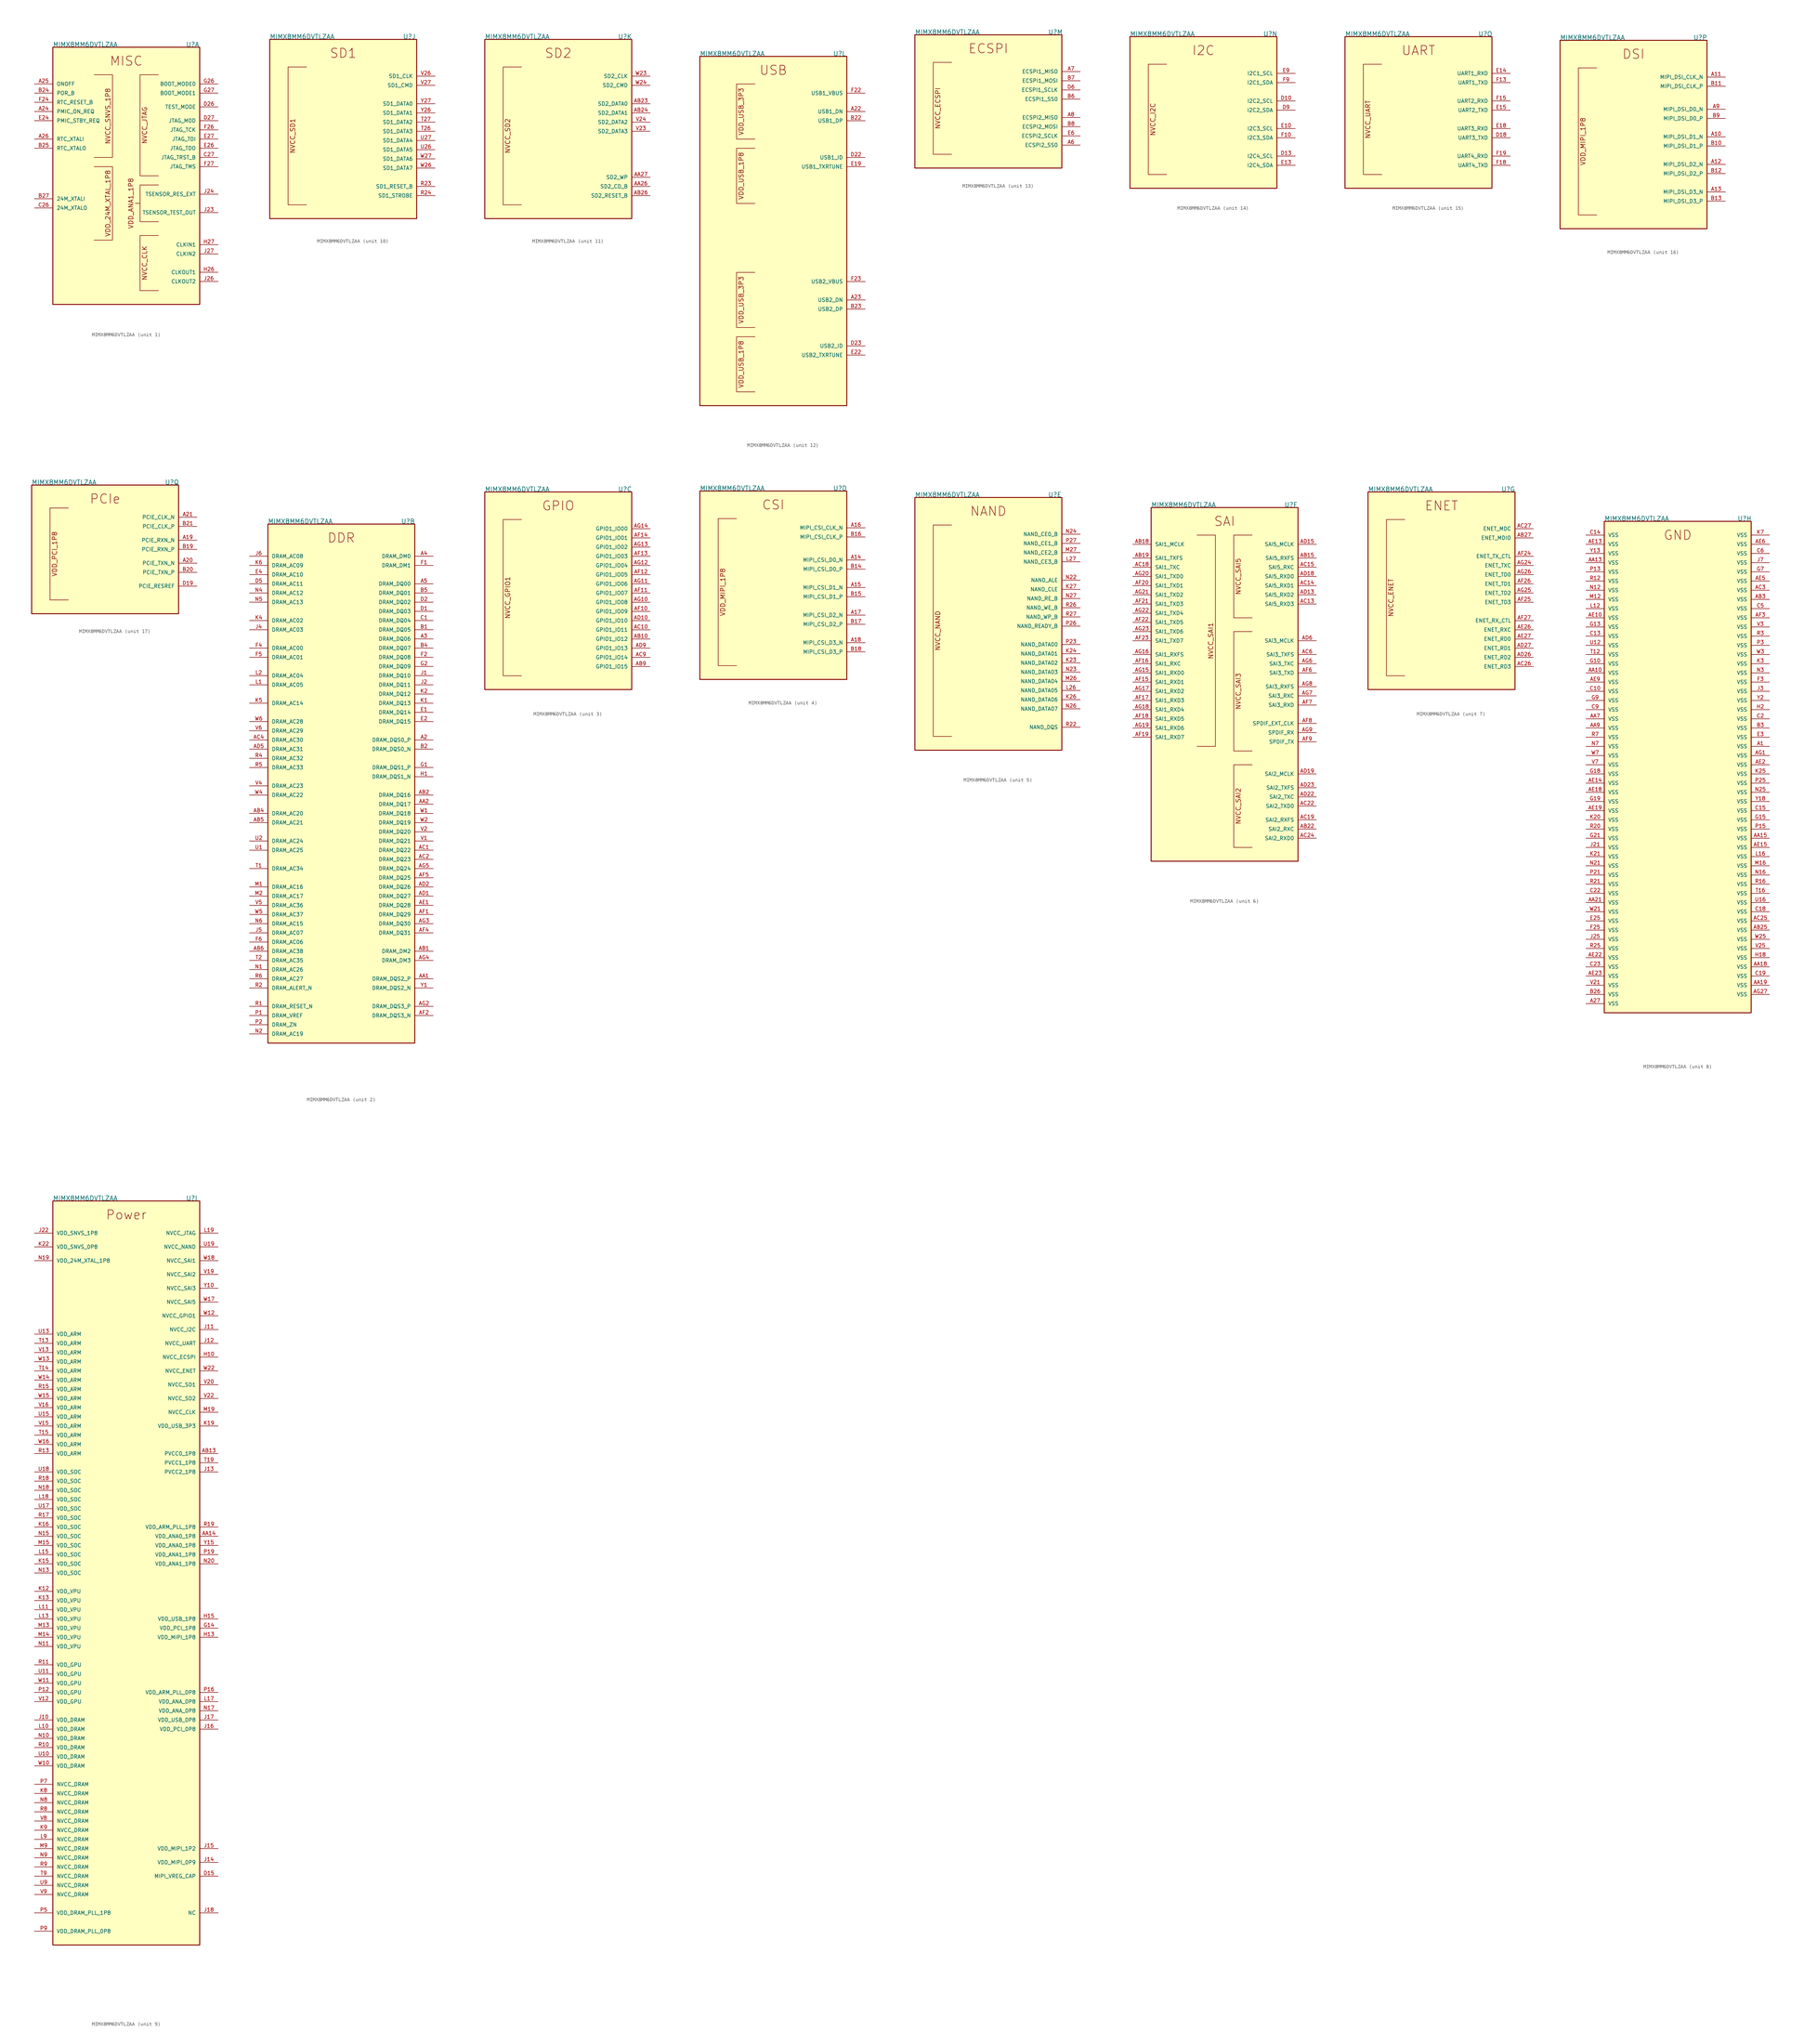
<source format=kicad_sym>
(kicad_symbol_lib
  (version 20211014)
  (generator kicad_symbol_editor)
  (symbol "MIMX8MM6DVTLZAA"
    (pin_names
      (offset 1.016))
    (property "Reference" "U"
      (at 16.51 13.97 0)
      (effects (font (size 1.27 1.27)) (justify left bottom)))
    (property "Value" "MIMX8MM6DVTLZAA"
      (at -20.32 13.97 0)
      (effects (font (size 1.27 1.27)) (justify left bottom)))
    (property "ki_locked" ""
      (at 0 0 0)
      (effects (font (size 1.27 1.27))))
    (symbol "MIMX8MM6DVTLZAA_1_0"
      (rectangle (start -20.32 13.97) (end 20.32 -57.15) (stroke (width 0.254) (type default) (color 0 0 0 0)) (fill (type background)))
      (polyline (pts (xy 3.81 -29.21) (xy 2.54 -29.21)) (stroke (width 0.152) (type default) (color 0 0 0 0)) (fill (type none)))
      (text "MISC" (at 0 10.16 0) (effects (font (size 2.54 2.54))))
      (text "NVCC_CLK" (at 5.08 -45.72 900) (effects (font (size 1.27 1.27))))
      (text "NVCC_JTAG" (at 5.08 -7.62 900) (effects (font (size 1.27 1.27))))
      (text "NVCC_SNVS_1P8" (at -5.08 -5.08 900) (effects (font (size 1.27 1.27))))
      (text "VDD_24M_XTAL_1P8" (at -5.08 -29.21 900) (effects (font (size 1.27 1.27))))
      (text "VDD_ANA1_1P8" (at 1.27 -29.21 900) (effects (font (size 1.27 1.27))))
      (pin bidirectional line (at -25.4 -3.81 0) (length 5.08) (name "PMIC_ON_REQ" (effects (font (size 1.016 1.016)))) (number "A24" (effects (font (size 1.016 1.016)))))
      (pin bidirectional line (at -25.4 3.81 0) (length 5.08) (name "ONOFF" (effects (font (size 1.016 1.016)))) (number "A25" (effects (font (size 1.016 1.016)))))
      (pin input line (at -25.4 -11.43 0) (length 5.08) (name "RTC_XTALI" (effects (font (size 1.016 1.016)))) (number "A26" (effects (font (size 1.016 1.016)))))
      (pin bidirectional line (at -25.4 1.27 0) (length 5.08) (name "POR_B" (effects (font (size 1.016 1.016)))) (number "B24" (effects (font (size 1.016 1.016)))))
      (pin output line (at -25.4 -13.97 0) (length 5.08) (name "RTC_XTALO" (effects (font (size 1.016 1.016)))) (number "B25" (effects (font (size 1.016 1.016)))))
      (pin input line (at -25.4 -27.94 0) (length 5.08) (name "24M_XTALI" (effects (font (size 1.016 1.016)))) (number "B27" (effects (font (size 1.016 1.016)))))
      (pin output line (at -25.4 -30.48 0) (length 5.08) (name "24M_XTALO" (effects (font (size 1.016 1.016)))) (number "C26" (effects (font (size 1.016 1.016)))))
      (pin bidirectional line (at 25.4 -16.51 180) (length 5.08) (name "JTAG_TRST_B" (effects (font (size 1.016 1.016)))) (number "C27" (effects (font (size 1.016 1.016)))))
      (pin bidirectional line (at 25.4 -2.54 180) (length 5.08) (name "TEST_MODE" (effects (font (size 1.016 1.016)))) (number "D26" (effects (font (size 1.016 1.016)))))
      (pin bidirectional line (at 25.4 -6.35 180) (length 5.08) (name "JTAG_MOD" (effects (font (size 1.016 1.016)))) (number "D27" (effects (font (size 1.016 1.016)))))
      (pin bidirectional line (at -25.4 -6.35 0) (length 5.08) (name "PMIC_STBY_REQ" (effects (font (size 1.016 1.016)))) (number "E24" (effects (font (size 1.016 1.016)))))
      (pin bidirectional line (at 25.4 -13.97 180) (length 5.08) (name "JTAG_TDO" (effects (font (size 1.016 1.016)))) (number "E26" (effects (font (size 1.016 1.016)))))
      (pin bidirectional line (at 25.4 -11.43 180) (length 5.08) (name "JTAG_TDI" (effects (font (size 1.016 1.016)))) (number "E27" (effects (font (size 1.016 1.016)))))
      (pin bidirectional line (at -25.4 -1.27 0) (length 5.08) (name "RTC_RESET_B" (effects (font (size 1.016 1.016)))) (number "F24" (effects (font (size 1.016 1.016)))))
      (pin bidirectional line (at 25.4 -8.89 180) (length 5.08) (name "JTAG_TCK" (effects (font (size 1.016 1.016)))) (number "F26" (effects (font (size 1.016 1.016)))))
      (pin bidirectional line (at 25.4 -19.05 180) (length 5.08) (name "JTAG_TMS" (effects (font (size 1.016 1.016)))) (number "F27" (effects (font (size 1.016 1.016)))))
      (pin bidirectional line (at 25.4 3.81 180) (length 5.08) (name "BOOT_MODE0" (effects (font (size 1.016 1.016)))) (number "G26" (effects (font (size 1.016 1.016)))))
      (pin bidirectional line (at 25.4 1.27 180) (length 5.08) (name "BOOT_MODE1" (effects (font (size 1.016 1.016)))) (number "G27" (effects (font (size 1.016 1.016)))))
      (pin bidirectional line (at 25.4 -48.26 180) (length 5.08) (name "CLKOUT1" (effects (font (size 1.016 1.016)))) (number "H26" (effects (font (size 1.016 1.016)))))
      (pin bidirectional line (at 25.4 -40.64 180) (length 5.08) (name "CLKIN1" (effects (font (size 1.016 1.016)))) (number "H27" (effects (font (size 1.016 1.016)))))
      (pin passive line (at 25.4 -31.75 180) (length 5.08) (name "TSENSOR_TEST_OUT" (effects (font (size 1.016 1.016)))) (number "J23" (effects (font (size 1.016 1.016)))))
      (pin passive line (at 25.4 -26.67 180) (length 5.08) (name "TSENSOR_RES_EXT" (effects (font (size 1.016 1.016)))) (number "J24" (effects (font (size 1.016 1.016)))))
      (pin bidirectional line (at 25.4 -50.8 180) (length 5.08) (name "CLKOUT2" (effects (font (size 1.016 1.016)))) (number "J26" (effects (font (size 1.016 1.016)))))
      (pin bidirectional line (at 25.4 -43.18 180) (length 5.08) (name "CLKIN2" (effects (font (size 1.016 1.016)))) (number "J27" (effects (font (size 1.016 1.016))))))
    (symbol "MIMX8MM6DVTLZAA_1_1"
      (polyline (pts (xy -8.89 -19.05) (xy -3.81 -19.05) (xy -3.81 -39.37) (xy -8.89 -39.37)) (stroke (width 0.152) (type default) (color 0 0 0 0)) (fill (type none)))
      (polyline (pts (xy -8.89 6.35) (xy -3.81 6.35) (xy -3.81 -16.51) (xy -8.89 -16.51)) (stroke (width 0.152) (type default) (color 0 0 0 0)) (fill (type none)))
      (polyline (pts (xy 8.89 -38.1) (xy 3.81 -38.1) (xy 3.81 -53.34) (xy 8.89 -53.34)) (stroke (width 0.152) (type default) (color 0 0 0 0)) (fill (type none)))
      (polyline (pts (xy 8.89 -24.13) (xy 3.81 -24.13) (xy 3.81 -34.29) (xy 8.89 -34.29)) (stroke (width 0.152) (type default) (color 0 0 0 0)) (fill (type none)))
      (polyline (pts (xy 8.89 6.35) (xy 3.81 6.35) (xy 3.81 -21.59) (xy 8.89 -21.59)) (stroke (width 0.152) (type default) (color 0 0 0 0)) (fill (type none))))
    (symbol "MIMX8MM6DVTLZAA_2_0"
      (rectangle (start -20.32 13.97) (end 20.32 -129.54) (stroke (width 0.254) (type default) (color 0 0 0 0)) (fill (type background)))
      (text "DDR" (at 0 10.16 0) (effects (font (size 2.54 2.54))))
      (pin bidirectional line (at 25.4 -45.72 180) (length 5.08) (name "DRAM_DQS0_P" (effects (font (size 1.016 1.016)))) (number "A2" (effects (font (size 1.016 1.016)))))
      (pin bidirectional line (at 25.4 -17.78 180) (length 5.08) (name "DRAM_DQ06" (effects (font (size 1.016 1.016)))) (number "A3" (effects (font (size 1.016 1.016)))))
      (pin bidirectional line (at 25.4 5.08 180) (length 5.08) (name "DRAM_DM0" (effects (font (size 1.016 1.016)))) (number "A4" (effects (font (size 1.016 1.016)))))
      (pin bidirectional line (at 25.4 -2.54 180) (length 5.08) (name "DRAM_DQ00" (effects (font (size 1.016 1.016)))) (number "A5" (effects (font (size 1.016 1.016)))))
      (pin passive line (at 25.4 -111.76 180) (length 5.08) (name "DRAM_DQS2_P" (effects (font (size 1.016 1.016)))) (number "AA1" (effects (font (size 1.016 1.016)))))
      (pin passive line (at 25.4 -63.5 180) (length 5.08) (name "DRAM_DQ17" (effects (font (size 1.016 1.016)))) (number "AA2" (effects (font (size 1.016 1.016)))))
      (pin passive line (at 25.4 -104.14 180) (length 5.08) (name "DRAM_DM2" (effects (font (size 1.016 1.016)))) (number "AB1" (effects (font (size 1.016 1.016)))))
      (pin passive line (at 25.4 -60.96 180) (length 5.08) (name "DRAM_DQ16" (effects (font (size 1.016 1.016)))) (number "AB2" (effects (font (size 1.016 1.016)))))
      (pin bidirectional line (at -25.4 -66.04 0) (length 5.08) (name "DRAM_AC20" (effects (font (size 1.016 1.016)))) (number "AB4" (effects (font (size 1.016 1.016)))))
      (pin bidirectional line (at -25.4 -68.58 0) (length 5.08) (name "DRAM_AC21" (effects (font (size 1.016 1.016)))) (number "AB5" (effects (font (size 1.016 1.016)))))
      (pin bidirectional line (at -25.4 -104.14 0) (length 5.08) (name "DRAM_AC38" (effects (font (size 1.016 1.016)))) (number "AB6" (effects (font (size 1.016 1.016)))))
      (pin passive line (at 25.4 -76.2 180) (length 5.08) (name "DRAM_DQ22" (effects (font (size 1.016 1.016)))) (number "AC1" (effects (font (size 1.016 1.016)))))
      (pin passive line (at 25.4 -78.74 180) (length 5.08) (name "DRAM_DQ23" (effects (font (size 1.016 1.016)))) (number "AC2" (effects (font (size 1.016 1.016)))))
      (pin bidirectional line (at -25.4 -45.72 0) (length 5.08) (name "DRAM_AC30" (effects (font (size 1.016 1.016)))) (number "AC4" (effects (font (size 1.016 1.016)))))
      (pin passive line (at 25.4 -88.9 180) (length 5.08) (name "DRAM_DQ27" (effects (font (size 1.016 1.016)))) (number "AD1" (effects (font (size 1.016 1.016)))))
      (pin passive line (at 25.4 -86.36 180) (length 5.08) (name "DRAM_DQ26" (effects (font (size 1.016 1.016)))) (number "AD2" (effects (font (size 1.016 1.016)))))
      (pin bidirectional line (at -25.4 -48.26 0) (length 5.08) (name "DRAM_AC31" (effects (font (size 1.016 1.016)))) (number "AD5" (effects (font (size 1.016 1.016)))))
      (pin passive line (at 25.4 -91.44 180) (length 5.08) (name "DRAM_DQ28" (effects (font (size 1.016 1.016)))) (number "AE1" (effects (font (size 1.016 1.016)))))
      (pin passive line (at 25.4 -93.98 180) (length 5.08) (name "DRAM_DQ29" (effects (font (size 1.016 1.016)))) (number "AF1" (effects (font (size 1.016 1.016)))))
      (pin passive line (at 25.4 -121.92 180) (length 5.08) (name "DRAM_DQS3_N" (effects (font (size 1.016 1.016)))) (number "AF2" (effects (font (size 1.016 1.016)))))
      (pin passive line (at 25.4 -99.06 180) (length 5.08) (name "DRAM_DQ31" (effects (font (size 1.016 1.016)))) (number "AF4" (effects (font (size 1.016 1.016)))))
      (pin passive line (at 25.4 -83.82 180) (length 5.08) (name "DRAM_DQ25" (effects (font (size 1.016 1.016)))) (number "AF5" (effects (font (size 1.016 1.016)))))
      (pin passive line (at 25.4 -119.38 180) (length 5.08) (name "DRAM_DQS3_P" (effects (font (size 1.016 1.016)))) (number "AG2" (effects (font (size 1.016 1.016)))))
      (pin passive line (at 25.4 -96.52 180) (length 5.08) (name "DRAM_DQ30" (effects (font (size 1.016 1.016)))) (number "AG3" (effects (font (size 1.016 1.016)))))
      (pin passive line (at 25.4 -106.68 180) (length 5.08) (name "DRAM_DM3" (effects (font (size 1.016 1.016)))) (number "AG4" (effects (font (size 1.016 1.016)))))
      (pin passive line (at 25.4 -81.28 180) (length 5.08) (name "DRAM_DQ24" (effects (font (size 1.016 1.016)))) (number "AG5" (effects (font (size 1.016 1.016)))))
      (pin bidirectional line (at 25.4 -15.24 180) (length 5.08) (name "DRAM_DQ05" (effects (font (size 1.016 1.016)))) (number "B1" (effects (font (size 1.016 1.016)))))
      (pin bidirectional line (at 25.4 -48.26 180) (length 5.08) (name "DRAM_DQS0_N" (effects (font (size 1.016 1.016)))) (number "B2" (effects (font (size 1.016 1.016)))))
      (pin bidirectional line (at 25.4 -20.32 180) (length 5.08) (name "DRAM_DQ07" (effects (font (size 1.016 1.016)))) (number "B4" (effects (font (size 1.016 1.016)))))
      (pin bidirectional line (at 25.4 -5.08 180) (length 5.08) (name "DRAM_DQ01" (effects (font (size 1.016 1.016)))) (number "B5" (effects (font (size 1.016 1.016)))))
      (pin bidirectional line (at 25.4 -12.7 180) (length 5.08) (name "DRAM_DQ04" (effects (font (size 1.016 1.016)))) (number "C1" (effects (font (size 1.016 1.016)))))
      (pin bidirectional line (at 25.4 -10.16 180) (length 5.08) (name "DRAM_DQ03" (effects (font (size 1.016 1.016)))) (number "D1" (effects (font (size 1.016 1.016)))))
      (pin bidirectional line (at 25.4 -7.62 180) (length 5.08) (name "DRAM_DQ02" (effects (font (size 1.016 1.016)))) (number "D2" (effects (font (size 1.016 1.016)))))
      (pin bidirectional line (at -25.4 -2.54 0) (length 5.08) (name "DRAM_AC11" (effects (font (size 1.016 1.016)))) (number "D5" (effects (font (size 1.016 1.016)))))
      (pin bidirectional line (at 25.4 -38.1 180) (length 5.08) (name "DRAM_DQ14" (effects (font (size 1.016 1.016)))) (number "E1" (effects (font (size 1.016 1.016)))))
      (pin bidirectional line (at 25.4 -40.64 180) (length 5.08) (name "DRAM_DQ15" (effects (font (size 1.016 1.016)))) (number "E2" (effects (font (size 1.016 1.016)))))
      (pin bidirectional line (at -25.4 0 0) (length 5.08) (name "DRAM_AC10" (effects (font (size 1.016 1.016)))) (number "E4" (effects (font (size 1.016 1.016)))))
      (pin bidirectional line (at 25.4 2.54 180) (length 5.08) (name "DRAM_DM1" (effects (font (size 1.016 1.016)))) (number "F1" (effects (font (size 1.016 1.016)))))
      (pin bidirectional line (at 25.4 -22.86 180) (length 5.08) (name "DRAM_DQ08" (effects (font (size 1.016 1.016)))) (number "F2" (effects (font (size 1.016 1.016)))))
      (pin bidirectional line (at -25.4 -20.32 0) (length 5.08) (name "DRAM_AC00" (effects (font (size 1.016 1.016)))) (number "F4" (effects (font (size 1.016 1.016)))))
      (pin bidirectional line (at -25.4 -22.86 0) (length 5.08) (name "DRAM_AC01" (effects (font (size 1.016 1.016)))) (number "F5" (effects (font (size 1.016 1.016)))))
      (pin bidirectional line (at -25.4 -101.6 0) (length 5.08) (name "DRAM_AC06" (effects (font (size 1.016 1.016)))) (number "F6" (effects (font (size 1.016 1.016)))))
      (pin bidirectional line (at 25.4 -53.34 180) (length 5.08) (name "DRAM_DQS1_P" (effects (font (size 1.016 1.016)))) (number "G1" (effects (font (size 1.016 1.016)))))
      (pin bidirectional line (at 25.4 -25.4 180) (length 5.08) (name "DRAM_DQ09" (effects (font (size 1.016 1.016)))) (number "G2" (effects (font (size 1.016 1.016)))))
      (pin bidirectional line (at 25.4 -55.88 180) (length 5.08) (name "DRAM_DQS1_N" (effects (font (size 1.016 1.016)))) (number "H1" (effects (font (size 1.016 1.016)))))
      (pin bidirectional line (at 25.4 -27.94 180) (length 5.08) (name "DRAM_DQ10" (effects (font (size 1.016 1.016)))) (number "J1" (effects (font (size 1.016 1.016)))))
      (pin bidirectional line (at 25.4 -30.48 180) (length 5.08) (name "DRAM_DQ11" (effects (font (size 1.016 1.016)))) (number "J2" (effects (font (size 1.016 1.016)))))
      (pin bidirectional line (at -25.4 -15.24 0) (length 5.08) (name "DRAM_AC03" (effects (font (size 1.016 1.016)))) (number "J4" (effects (font (size 1.016 1.016)))))
      (pin bidirectional line (at -25.4 -99.06 0) (length 5.08) (name "DRAM_AC07" (effects (font (size 1.016 1.016)))) (number "J5" (effects (font (size 1.016 1.016)))))
      (pin bidirectional line (at -25.4 5.08 0) (length 5.08) (name "DRAM_AC08" (effects (font (size 1.016 1.016)))) (number "J6" (effects (font (size 1.016 1.016)))))
      (pin bidirectional line (at 25.4 -35.56 180) (length 5.08) (name "DRAM_DQ13" (effects (font (size 1.016 1.016)))) (number "K1" (effects (font (size 1.016 1.016)))))
      (pin bidirectional line (at 25.4 -33.02 180) (length 5.08) (name "DRAM_DQ12" (effects (font (size 1.016 1.016)))) (number "K2" (effects (font (size 1.016 1.016)))))
      (pin bidirectional line (at -25.4 -12.7 0) (length 5.08) (name "DRAM_AC02" (effects (font (size 1.016 1.016)))) (number "K4" (effects (font (size 1.016 1.016)))))
      (pin bidirectional line (at -25.4 -35.56 0) (length 5.08) (name "DRAM_AC14" (effects (font (size 1.016 1.016)))) (number "K5" (effects (font (size 1.016 1.016)))))
      (pin bidirectional line (at -25.4 2.54 0) (length 5.08) (name "DRAM_AC09" (effects (font (size 1.016 1.016)))) (number "K6" (effects (font (size 1.016 1.016)))))
      (pin bidirectional line (at -25.4 -30.48 0) (length 5.08) (name "DRAM_AC05" (effects (font (size 1.016 1.016)))) (number "L1" (effects (font (size 1.016 1.016)))))
      (pin bidirectional line (at -25.4 -27.94 0) (length 5.08) (name "DRAM_AC04" (effects (font (size 1.016 1.016)))) (number "L2" (effects (font (size 1.016 1.016)))))
      (pin bidirectional line (at -25.4 -86.36 0) (length 5.08) (name "DRAM_AC16" (effects (font (size 1.016 1.016)))) (number "M1" (effects (font (size 1.016 1.016)))))
      (pin bidirectional line (at -25.4 -88.9 0) (length 5.08) (name "DRAM_AC17" (effects (font (size 1.016 1.016)))) (number "M2" (effects (font (size 1.016 1.016)))))
      (pin bidirectional line (at -25.4 -109.22 0) (length 5.08) (name "DRAM_AC26" (effects (font (size 1.016 1.016)))) (number "N1" (effects (font (size 1.016 1.016)))))
      (pin bidirectional line (at -25.4 -127 0) (length 5.08) (name "DRAM_AC19" (effects (font (size 1.016 1.016)))) (number "N2" (effects (font (size 1.016 1.016)))))
      (pin bidirectional line (at -25.4 -5.08 0) (length 5.08) (name "DRAM_AC12" (effects (font (size 1.016 1.016)))) (number "N4" (effects (font (size 1.016 1.016)))))
      (pin bidirectional line (at -25.4 -7.62 0) (length 5.08) (name "DRAM_AC13" (effects (font (size 1.016 1.016)))) (number "N5" (effects (font (size 1.016 1.016)))))
      (pin bidirectional line (at -25.4 -96.52 0) (length 5.08) (name "DRAM_AC15" (effects (font (size 1.016 1.016)))) (number "N6" (effects (font (size 1.016 1.016)))))
      (pin bidirectional line (at -25.4 -121.92 0) (length 5.08) (name "DRAM_VREF" (effects (font (size 1.016 1.016)))) (number "P1" (effects (font (size 1.016 1.016)))))
      (pin bidirectional line (at -25.4 -124.46 0) (length 5.08) (name "DRAM_ZN" (effects (font (size 1.016 1.016)))) (number "P2" (effects (font (size 1.016 1.016)))))
      (pin bidirectional line (at -25.4 -119.38 0) (length 5.08) (name "DRAM_RESET_N" (effects (font (size 1.016 1.016)))) (number "R1" (effects (font (size 1.016 1.016)))))
      (pin bidirectional line (at -25.4 -114.3 0) (length 5.08) (name "DRAM_ALERT_N" (effects (font (size 1.016 1.016)))) (number "R2" (effects (font (size 1.016 1.016)))))
      (pin bidirectional line (at -25.4 -50.8 0) (length 5.08) (name "DRAM_AC32" (effects (font (size 1.016 1.016)))) (number "R4" (effects (font (size 1.016 1.016)))))
      (pin bidirectional line (at -25.4 -53.34 0) (length 5.08) (name "DRAM_AC33" (effects (font (size 1.016 1.016)))) (number "R5" (effects (font (size 1.016 1.016)))))
      (pin bidirectional line (at -25.4 -111.76 0) (length 5.08) (name "DRAM_AC27" (effects (font (size 1.016 1.016)))) (number "R6" (effects (font (size 1.016 1.016)))))
      (pin bidirectional line (at -25.4 -81.28 0) (length 5.08) (name "DRAM_AC34" (effects (font (size 1.016 1.016)))) (number "T1" (effects (font (size 1.016 1.016)))))
      (pin bidirectional line (at -25.4 -106.68 0) (length 5.08) (name "DRAM_AC35" (effects (font (size 1.016 1.016)))) (number "T2" (effects (font (size 1.016 1.016)))))
      (pin bidirectional line (at -25.4 -76.2 0) (length 5.08) (name "DRAM_AC25" (effects (font (size 1.016 1.016)))) (number "U1" (effects (font (size 1.016 1.016)))))
      (pin bidirectional line (at -25.4 -73.66 0) (length 5.08) (name "DRAM_AC24" (effects (font (size 1.016 1.016)))) (number "U2" (effects (font (size 1.016 1.016)))))
      (pin passive line (at 25.4 -73.66 180) (length 5.08) (name "DRAM_DQ21" (effects (font (size 1.016 1.016)))) (number "V1" (effects (font (size 1.016 1.016)))))
      (pin passive line (at 25.4 -71.12 180) (length 5.08) (name "DRAM_DQ20" (effects (font (size 1.016 1.016)))) (number "V2" (effects (font (size 1.016 1.016)))))
      (pin bidirectional line (at -25.4 -58.42 0) (length 5.08) (name "DRAM_AC23" (effects (font (size 1.016 1.016)))) (number "V4" (effects (font (size 1.016 1.016)))))
      (pin bidirectional line (at -25.4 -91.44 0) (length 5.08) (name "DRAM_AC36" (effects (font (size 1.016 1.016)))) (number "V5" (effects (font (size 1.016 1.016)))))
      (pin bidirectional line (at -25.4 -43.18 0) (length 5.08) (name "DRAM_AC29" (effects (font (size 1.016 1.016)))) (number "V6" (effects (font (size 1.016 1.016)))))
      (pin passive line (at 25.4 -66.04 180) (length 5.08) (name "DRAM_DQ18" (effects (font (size 1.016 1.016)))) (number "W1" (effects (font (size 1.016 1.016)))))
      (pin passive line (at 25.4 -68.58 180) (length 5.08) (name "DRAM_DQ19" (effects (font (size 1.016 1.016)))) (number "W2" (effects (font (size 1.016 1.016)))))
      (pin bidirectional line (at -25.4 -60.96 0) (length 5.08) (name "DRAM_AC22" (effects (font (size 1.016 1.016)))) (number "W4" (effects (font (size 1.016 1.016)))))
      (pin bidirectional line (at -25.4 -93.98 0) (length 5.08) (name "DRAM_AC37" (effects (font (size 1.016 1.016)))) (number "W5" (effects (font (size 1.016 1.016)))))
      (pin bidirectional line (at -25.4 -40.64 0) (length 5.08) (name "DRAM_AC28" (effects (font (size 1.016 1.016)))) (number "W6" (effects (font (size 1.016 1.016)))))
      (pin passive line (at 25.4 -114.3 180) (length 5.08) (name "DRAM_DQS2_N" (effects (font (size 1.016 1.016)))) (number "Y1" (effects (font (size 1.016 1.016))))))
    (symbol "MIMX8MM6DVTLZAA_3_0"
      (rectangle (start -20.32 13.97) (end 20.32 -40.64) (stroke (width 0.254) (type default) (color 0 0 0 0)) (fill (type background)))
      (text "GPIO" (at 0 10.16 0) (effects (font (size 2.54 2.54))))
      (text "NVCC_GPIO1" (at -13.97 -15.24 900) (effects (font (size 1.27 1.27))))
      (pin bidirectional line (at 25.4 -26.67 180) (length 5.08) (name "GPIO1_IO12" (effects (font (size 1.016 1.016)))) (number "AB10" (effects (font (size 1.016 1.016)))))
      (pin bidirectional line (at 25.4 -34.29 180) (length 5.08) (name "GPIO1_IO15" (effects (font (size 1.016 1.016)))) (number "AB9" (effects (font (size 1.016 1.016)))))
      (pin bidirectional line (at 25.4 -24.13 180) (length 5.08) (name "GPIO1_IO11" (effects (font (size 1.016 1.016)))) (number "AC10" (effects (font (size 1.016 1.016)))))
      (pin bidirectional line (at 25.4 -31.75 180) (length 5.08) (name "GPIO1_IO14" (effects (font (size 1.016 1.016)))) (number "AC9" (effects (font (size 1.016 1.016)))))
      (pin bidirectional line (at 25.4 -21.59 180) (length 5.08) (name "GPIO1_IO10" (effects (font (size 1.016 1.016)))) (number "AD10" (effects (font (size 1.016 1.016)))))
      (pin bidirectional line (at 25.4 -29.21 180) (length 5.08) (name "GPIO1_IO13" (effects (font (size 1.016 1.016)))) (number "AD9" (effects (font (size 1.016 1.016)))))
      (pin bidirectional line (at 25.4 -19.05 180) (length 5.08) (name "GPIO1_IO09" (effects (font (size 1.016 1.016)))) (number "AF10" (effects (font (size 1.016 1.016)))))
      (pin bidirectional line (at 25.4 -13.97 180) (length 5.08) (name "GPIO1_IO07" (effects (font (size 1.016 1.016)))) (number "AF11" (effects (font (size 1.016 1.016)))))
      (pin bidirectional line (at 25.4 -8.89 180) (length 5.08) (name "GPIO1_IO05" (effects (font (size 1.016 1.016)))) (number "AF12" (effects (font (size 1.016 1.016)))))
      (pin bidirectional line (at 25.4 -3.81 180) (length 5.08) (name "GPIO1_IO03" (effects (font (size 1.016 1.016)))) (number "AF13" (effects (font (size 1.016 1.016)))))
      (pin bidirectional line (at 25.4 1.27 180) (length 5.08) (name "GPIO1_IO01" (effects (font (size 1.016 1.016)))) (number "AF14" (effects (font (size 1.016 1.016)))))
      (pin bidirectional line (at 25.4 -16.51 180) (length 5.08) (name "GPIO1_IO08" (effects (font (size 1.016 1.016)))) (number "AG10" (effects (font (size 1.016 1.016)))))
      (pin bidirectional line (at 25.4 -11.43 180) (length 5.08) (name "GPIO1_IO06" (effects (font (size 1.016 1.016)))) (number "AG11" (effects (font (size 1.016 1.016)))))
      (pin bidirectional line (at 25.4 -6.35 180) (length 5.08) (name "GPIO1_IO04" (effects (font (size 1.016 1.016)))) (number "AG12" (effects (font (size 1.016 1.016)))))
      (pin bidirectional line (at 25.4 -1.27 180) (length 5.08) (name "GPIO1_IO02" (effects (font (size 1.016 1.016)))) (number "AG13" (effects (font (size 1.016 1.016)))))
      (pin bidirectional line (at 25.4 3.81 180) (length 5.08) (name "GPIO1_IO00" (effects (font (size 1.016 1.016)))) (number "AG14" (effects (font (size 1.016 1.016))))))
    (symbol "MIMX8MM6DVTLZAA_3_1"
      (polyline (pts (xy -10.16 6.35) (xy -15.24 6.35) (xy -15.24 -36.83) (xy -10.16 -36.83)) (stroke (width 0.152) (type default) (color 0 0 0 0)) (fill (type none))))
    (symbol "MIMX8MM6DVTLZAA_4_0"
      (rectangle (start -20.32 13.97) (end 20.32 -38.1) (stroke (width 0.254) (type default) (color 0 0 0 0)) (fill (type background)))
      (text "CSI" (at 0 10.16 0) (effects (font (size 2.54 2.54))))
      (text "VDD_MIPI_1P8" (at -13.97 -13.97 900) (effects (font (size 1.27 1.27))))
      (pin bidirectional line (at 25.4 -5.08 180) (length 5.08) (name "MIPI_CSI_D0_N" (effects (font (size 1.016 1.016)))) (number "A14" (effects (font (size 1.016 1.016)))))
      (pin bidirectional line (at 25.4 -12.7 180) (length 5.08) (name "MIPI_CSI_D1_N" (effects (font (size 1.016 1.016)))) (number "A15" (effects (font (size 1.016 1.016)))))
      (pin bidirectional line (at 25.4 3.81 180) (length 5.08) (name "MIPI_CSI_CLK_N" (effects (font (size 1.016 1.016)))) (number "A16" (effects (font (size 1.016 1.016)))))
      (pin bidirectional line (at 25.4 -20.32 180) (length 5.08) (name "MIPI_CSI_D2_N" (effects (font (size 1.016 1.016)))) (number "A17" (effects (font (size 1.016 1.016)))))
      (pin bidirectional line (at 25.4 -27.94 180) (length 5.08) (name "MIPI_CSI_D3_N" (effects (font (size 1.016 1.016)))) (number "A18" (effects (font (size 1.016 1.016)))))
      (pin bidirectional line (at 25.4 -7.62 180) (length 5.08) (name "MIPI_CSI_D0_P" (effects (font (size 1.016 1.016)))) (number "B14" (effects (font (size 1.016 1.016)))))
      (pin bidirectional line (at 25.4 -15.24 180) (length 5.08) (name "MIPI_CSI_D1_P" (effects (font (size 1.016 1.016)))) (number "B15" (effects (font (size 1.016 1.016)))))
      (pin bidirectional line (at 25.4 1.27 180) (length 5.08) (name "MIPI_CSI_CLK_P" (effects (font (size 1.016 1.016)))) (number "B16" (effects (font (size 1.016 1.016)))))
      (pin bidirectional line (at 25.4 -22.86 180) (length 5.08) (name "MIPI_CSI_D2_P" (effects (font (size 1.016 1.016)))) (number "B17" (effects (font (size 1.016 1.016)))))
      (pin bidirectional line (at 25.4 -30.48 180) (length 5.08) (name "MIPI_CSI_D3_P" (effects (font (size 1.016 1.016)))) (number "B18" (effects (font (size 1.016 1.016))))))
    (symbol "MIMX8MM6DVTLZAA_4_1"
      (polyline (pts (xy -10.16 6.35) (xy -15.24 6.35) (xy -15.24 -34.29) (xy -10.16 -34.29)) (stroke (width 0.152) (type default) (color 0 0 0 0)) (fill (type none))))
    (symbol "MIMX8MM6DVTLZAA_5_0"
      (rectangle (start -20.32 13.97) (end 20.32 -55.88) (stroke (width 0.254) (type default) (color 0 0 0 0)) (fill (type background)))
      (text "NAND" (at 0 10.16 0) (effects (font (size 2.54 2.54))))
      (text "NVCC_NAND" (at -13.97 -22.86 900) (effects (font (size 1.27 1.27))))
      (pin bidirectional line (at 25.4 -31.75 180) (length 5.08) (name "NAND_DATA02" (effects (font (size 1.016 1.016)))) (number "K23" (effects (font (size 1.016 1.016)))))
      (pin bidirectional line (at 25.4 -29.21 180) (length 5.08) (name "NAND_DATA01" (effects (font (size 1.016 1.016)))) (number "K24" (effects (font (size 1.016 1.016)))))
      (pin bidirectional line (at 25.4 -41.91 180) (length 5.08) (name "NAND_DATA06" (effects (font (size 1.016 1.016)))) (number "K26" (effects (font (size 1.016 1.016)))))
      (pin bidirectional line (at 25.4 -11.43 180) (length 5.08) (name "NAND_CLE" (effects (font (size 1.016 1.016)))) (number "K27" (effects (font (size 1.016 1.016)))))
      (pin bidirectional line (at 25.4 -39.37 180) (length 5.08) (name "NAND_DATA05" (effects (font (size 1.016 1.016)))) (number "L26" (effects (font (size 1.016 1.016)))))
      (pin bidirectional line (at 25.4 -3.81 180) (length 5.08) (name "NAND_CE3_B" (effects (font (size 1.016 1.016)))) (number "L27" (effects (font (size 1.016 1.016)))))
      (pin bidirectional line (at 25.4 -36.83 180) (length 5.08) (name "NAND_DATA04" (effects (font (size 1.016 1.016)))) (number "M26" (effects (font (size 1.016 1.016)))))
      (pin bidirectional line (at 25.4 -1.27 180) (length 5.08) (name "NAND_CE2_B" (effects (font (size 1.016 1.016)))) (number "M27" (effects (font (size 1.016 1.016)))))
      (pin bidirectional line (at 25.4 -8.89 180) (length 5.08) (name "NAND_ALE" (effects (font (size 1.016 1.016)))) (number "N22" (effects (font (size 1.016 1.016)))))
      (pin bidirectional line (at 25.4 -34.29 180) (length 5.08) (name "NAND_DATA03" (effects (font (size 1.016 1.016)))) (number "N23" (effects (font (size 1.016 1.016)))))
      (pin bidirectional line (at 25.4 3.81 180) (length 5.08) (name "NAND_CE0_B" (effects (font (size 1.016 1.016)))) (number "N24" (effects (font (size 1.016 1.016)))))
      (pin bidirectional line (at 25.4 -44.45 180) (length 5.08) (name "NAND_DATA07" (effects (font (size 1.016 1.016)))) (number "N26" (effects (font (size 1.016 1.016)))))
      (pin bidirectional line (at 25.4 -13.97 180) (length 5.08) (name "NAND_RE_B" (effects (font (size 1.016 1.016)))) (number "N27" (effects (font (size 1.016 1.016)))))
      (pin bidirectional line (at 25.4 -26.67 180) (length 5.08) (name "NAND_DATA00" (effects (font (size 1.016 1.016)))) (number "P23" (effects (font (size 1.016 1.016)))))
      (pin bidirectional line (at 25.4 -21.59 180) (length 5.08) (name "NAND_READY_B" (effects (font (size 1.016 1.016)))) (number "P26" (effects (font (size 1.016 1.016)))))
      (pin bidirectional line (at 25.4 1.27 180) (length 5.08) (name "NAND_CE1_B" (effects (font (size 1.016 1.016)))) (number "P27" (effects (font (size 1.016 1.016)))))
      (pin bidirectional line (at 25.4 -49.53 180) (length 5.08) (name "NAND_DQS" (effects (font (size 1.016 1.016)))) (number "R22" (effects (font (size 1.016 1.016)))))
      (pin bidirectional line (at 25.4 -16.51 180) (length 5.08) (name "NAND_WE_B" (effects (font (size 1.016 1.016)))) (number "R26" (effects (font (size 1.016 1.016)))))
      (pin bidirectional line (at 25.4 -19.05 180) (length 5.08) (name "NAND_WP_B" (effects (font (size 1.016 1.016)))) (number "R27" (effects (font (size 1.016 1.016))))))
    (symbol "MIMX8MM6DVTLZAA_5_1"
      (polyline (pts (xy -10.16 6.35) (xy -15.24 6.35) (xy -15.24 -52.07) (xy -10.16 -52.07)) (stroke (width 0.152) (type default) (color 0 0 0 0)) (fill (type none))))
    (symbol "MIMX8MM6DVTLZAA_6_0"
      (rectangle (start -20.32 13.97) (end 20.32 -83.82) (stroke (width 0.254) (type default) (color 0 0 0 0)) (fill (type background)))
      (text "NVCC_SAI1" (at -3.81 -22.86 900) (effects (font (size 1.27 1.27))))
      (text "NVCC_SAI2" (at 3.81 -68.58 900) (effects (font (size 1.27 1.27))))
      (text "NVCC_SAI3" (at 3.81 -36.83 900) (effects (font (size 1.27 1.27))))
      (text "NVCC_SAI5" (at 3.81 -5.08 900) (effects (font (size 1.27 1.27))))
      (text "SAI" (at 0 10.16 0) (effects (font (size 2.54 2.54))))
      (pin bidirectional line (at 25.4 0 180) (length 5.08) (name "SAI5_RXFS" (effects (font (size 1.016 1.016)))) (number "AB15" (effects (font (size 1.016 1.016)))))
      (pin bidirectional line (at -25.4 3.81 0) (length 5.08) (name "SAI1_MCLK" (effects (font (size 1.016 1.016)))) (number "AB18" (effects (font (size 1.016 1.016)))))
      (pin bidirectional line (at -25.4 0 0) (length 5.08) (name "SAI1_TXFS" (effects (font (size 1.016 1.016)))) (number "AB19" (effects (font (size 1.016 1.016)))))
      (pin bidirectional line (at 25.4 -74.93 180) (length 5.08) (name "SAI2_RXC" (effects (font (size 1.016 1.016)))) (number "AB22" (effects (font (size 1.016 1.016)))))
      (pin bidirectional line (at 25.4 -12.7 180) (length 5.08) (name "SAI5_RXD3" (effects (font (size 1.016 1.016)))) (number "AC13" (effects (font (size 1.016 1.016)))))
      (pin bidirectional line (at 25.4 -7.62 180) (length 5.08) (name "SAI5_RXD1" (effects (font (size 1.016 1.016)))) (number "AC14" (effects (font (size 1.016 1.016)))))
      (pin bidirectional line (at 25.4 -2.54 180) (length 5.08) (name "SAI5_RXC" (effects (font (size 1.016 1.016)))) (number "AC15" (effects (font (size 1.016 1.016)))))
      (pin bidirectional line (at -25.4 -2.54 0) (length 5.08) (name "SAI1_TXC" (effects (font (size 1.016 1.016)))) (number "AC18" (effects (font (size 1.016 1.016)))))
      (pin bidirectional line (at 25.4 -72.39 180) (length 5.08) (name "SAI2_RXFS" (effects (font (size 1.016 1.016)))) (number "AC19" (effects (font (size 1.016 1.016)))))
      (pin bidirectional line (at 25.4 -68.58 180) (length 5.08) (name "SAI2_TXD0" (effects (font (size 1.016 1.016)))) (number "AC22" (effects (font (size 1.016 1.016)))))
      (pin bidirectional line (at 25.4 -77.47 180) (length 5.08) (name "SAI2_RXD0" (effects (font (size 1.016 1.016)))) (number "AC24" (effects (font (size 1.016 1.016)))))
      (pin bidirectional line (at 25.4 -26.67 180) (length 5.08) (name "SAI3_TXFS" (effects (font (size 1.016 1.016)))) (number "AC6" (effects (font (size 1.016 1.016)))))
      (pin bidirectional line (at 25.4 -10.16 180) (length 5.08) (name "SAI5_RXD2" (effects (font (size 1.016 1.016)))) (number "AD13" (effects (font (size 1.016 1.016)))))
      (pin bidirectional line (at 25.4 3.81 180) (length 5.08) (name "SAI5_MCLK" (effects (font (size 1.016 1.016)))) (number "AD15" (effects (font (size 1.016 1.016)))))
      (pin bidirectional line (at 25.4 -5.08 180) (length 5.08) (name "SAI5_RXD0" (effects (font (size 1.016 1.016)))) (number "AD18" (effects (font (size 1.016 1.016)))))
      (pin bidirectional line (at 25.4 -59.69 180) (length 5.08) (name "SAI2_MCLK" (effects (font (size 1.016 1.016)))) (number "AD19" (effects (font (size 1.016 1.016)))))
      (pin bidirectional line (at 25.4 -66.04 180) (length 5.08) (name "SAI2_TXC" (effects (font (size 1.016 1.016)))) (number "AD22" (effects (font (size 1.016 1.016)))))
      (pin bidirectional line (at 25.4 -63.5 180) (length 5.08) (name "SAI2_TXFS" (effects (font (size 1.016 1.016)))) (number "AD23" (effects (font (size 1.016 1.016)))))
      (pin bidirectional line (at 25.4 -22.86 180) (length 5.08) (name "SAI3_MCLK" (effects (font (size 1.016 1.016)))) (number "AD6" (effects (font (size 1.016 1.016)))))
      (pin bidirectional line (at -25.4 -34.29 0) (length 5.08) (name "SAI1_RXD1" (effects (font (size 1.016 1.016)))) (number "AF15" (effects (font (size 1.016 1.016)))))
      (pin bidirectional line (at -25.4 -29.21 0) (length 5.08) (name "SAI1_RXC" (effects (font (size 1.016 1.016)))) (number "AF16" (effects (font (size 1.016 1.016)))))
      (pin bidirectional line (at -25.4 -39.37 0) (length 5.08) (name "SAI1_RXD3" (effects (font (size 1.016 1.016)))) (number "AF17" (effects (font (size 1.016 1.016)))))
      (pin bidirectional line (at -25.4 -44.45 0) (length 5.08) (name "SAI1_RXD5" (effects (font (size 1.016 1.016)))) (number "AF18" (effects (font (size 1.016 1.016)))))
      (pin bidirectional line (at -25.4 -49.53 0) (length 5.08) (name "SAI1_RXD7" (effects (font (size 1.016 1.016)))) (number "AF19" (effects (font (size 1.016 1.016)))))
      (pin bidirectional line (at -25.4 -7.62 0) (length 5.08) (name "SAI1_TXD1" (effects (font (size 1.016 1.016)))) (number "AF20" (effects (font (size 1.016 1.016)))))
      (pin bidirectional line (at -25.4 -12.7 0) (length 5.08) (name "SAI1_TXD3" (effects (font (size 1.016 1.016)))) (number "AF21" (effects (font (size 1.016 1.016)))))
      (pin bidirectional line (at -25.4 -17.78 0) (length 5.08) (name "SAI1_TXD5" (effects (font (size 1.016 1.016)))) (number "AF22" (effects (font (size 1.016 1.016)))))
      (pin bidirectional line (at -25.4 -22.86 0) (length 5.08) (name "SAI1_TXD7" (effects (font (size 1.016 1.016)))) (number "AF23" (effects (font (size 1.016 1.016)))))
      (pin bidirectional line (at 25.4 -31.75 180) (length 5.08) (name "SAI3_TXD" (effects (font (size 1.016 1.016)))) (number "AF6" (effects (font (size 1.016 1.016)))))
      (pin bidirectional line (at 25.4 -40.64 180) (length 5.08) (name "SAI3_RXD" (effects (font (size 1.016 1.016)))) (number "AF7" (effects (font (size 1.016 1.016)))))
      (pin bidirectional line (at 25.4 -45.72 180) (length 5.08) (name "SPDIF_EXT_CLK" (effects (font (size 1.016 1.016)))) (number "AF8" (effects (font (size 1.016 1.016)))))
      (pin bidirectional line (at 25.4 -50.8 180) (length 5.08) (name "SPDIF_TX" (effects (font (size 1.016 1.016)))) (number "AF9" (effects (font (size 1.016 1.016)))))
      (pin bidirectional line (at -25.4 -31.75 0) (length 5.08) (name "SAI1_RXD0" (effects (font (size 1.016 1.016)))) (number "AG15" (effects (font (size 1.016 1.016)))))
      (pin bidirectional line (at -25.4 -26.67 0) (length 5.08) (name "SAI1_RXFS" (effects (font (size 1.016 1.016)))) (number "AG16" (effects (font (size 1.016 1.016)))))
      (pin bidirectional line (at -25.4 -36.83 0) (length 5.08) (name "SAI1_RXD2" (effects (font (size 1.016 1.016)))) (number "AG17" (effects (font (size 1.016 1.016)))))
      (pin bidirectional line (at -25.4 -41.91 0) (length 5.08) (name "SAI1_RXD4" (effects (font (size 1.016 1.016)))) (number "AG18" (effects (font (size 1.016 1.016)))))
      (pin bidirectional line (at -25.4 -46.99 0) (length 5.08) (name "SAI1_RXD6" (effects (font (size 1.016 1.016)))) (number "AG19" (effects (font (size 1.016 1.016)))))
      (pin bidirectional line (at -25.4 -5.08 0) (length 5.08) (name "SAI1_TXD0" (effects (font (size 1.016 1.016)))) (number "AG20" (effects (font (size 1.016 1.016)))))
      (pin bidirectional line (at -25.4 -10.16 0) (length 5.08) (name "SAI1_TXD2" (effects (font (size 1.016 1.016)))) (number "AG21" (effects (font (size 1.016 1.016)))))
      (pin bidirectional line (at -25.4 -15.24 0) (length 5.08) (name "SAI1_TXD4" (effects (font (size 1.016 1.016)))) (number "AG22" (effects (font (size 1.016 1.016)))))
      (pin bidirectional line (at -25.4 -20.32 0) (length 5.08) (name "SAI1_TXD6" (effects (font (size 1.016 1.016)))) (number "AG23" (effects (font (size 1.016 1.016)))))
      (pin bidirectional line (at 25.4 -29.21 180) (length 5.08) (name "SAI3_TXC" (effects (font (size 1.016 1.016)))) (number "AG6" (effects (font (size 1.016 1.016)))))
      (pin bidirectional line (at 25.4 -38.1 180) (length 5.08) (name "SAI3_RXC" (effects (font (size 1.016 1.016)))) (number "AG7" (effects (font (size 1.016 1.016)))))
      (pin bidirectional line (at 25.4 -35.56 180) (length 5.08) (name "SAI3_RXFS" (effects (font (size 1.016 1.016)))) (number "AG8" (effects (font (size 1.016 1.016)))))
      (pin bidirectional line (at 25.4 -48.26 180) (length 5.08) (name "SPDIF_RX" (effects (font (size 1.016 1.016)))) (number "AG9" (effects (font (size 1.016 1.016))))))
    (symbol "MIMX8MM6DVTLZAA_6_1"
      (polyline (pts (xy -7.62 6.35) (xy -2.54 6.35) (xy -2.54 -52.07) (xy -7.62 -52.07)) (stroke (width 0.152) (type default) (color 0 0 0 0)) (fill (type none)))
      (polyline (pts (xy 7.62 -57.15) (xy 2.54 -57.15) (xy 2.54 -80.01) (xy 7.62 -80.01)) (stroke (width 0.152) (type default) (color 0 0 0 0)) (fill (type none)))
      (polyline (pts (xy 7.62 -20.32) (xy 2.54 -20.32) (xy 2.54 -53.34) (xy 7.62 -53.34)) (stroke (width 0.152) (type default) (color 0 0 0 0)) (fill (type none)))
      (polyline (pts (xy 7.62 6.35) (xy 2.54 6.35) (xy 2.54 -16.51) (xy 7.62 -16.51)) (stroke (width 0.152) (type default) (color 0 0 0 0)) (fill (type none))))
    (symbol "MIMX8MM6DVTLZAA_7_0"
      (rectangle (start -20.32 13.97) (end 20.32 -40.64) (stroke (width 0.254) (type default) (color 0 0 0 0)) (fill (type background)))
      (text "ENET" (at 0 10.16 0) (effects (font (size 2.54 2.54))))
      (text "NVCC_ENET" (at -13.97 -15.24 900) (effects (font (size 1.27 1.27))))
      (pin bidirectional line (at 25.4 1.27 180) (length 5.08) (name "ENET_MDIO" (effects (font (size 1.016 1.016)))) (number "AB27" (effects (font (size 1.016 1.016)))))
      (pin bidirectional line (at 25.4 -34.29 180) (length 5.08) (name "ENET_RD3" (effects (font (size 1.016 1.016)))) (number "AC26" (effects (font (size 1.016 1.016)))))
      (pin bidirectional line (at 25.4 3.81 180) (length 5.08) (name "ENET_MDC" (effects (font (size 1.016 1.016)))) (number "AC27" (effects (font (size 1.016 1.016)))))
      (pin bidirectional line (at 25.4 -31.75 180) (length 5.08) (name "ENET_RD2" (effects (font (size 1.016 1.016)))) (number "AD26" (effects (font (size 1.016 1.016)))))
      (pin bidirectional line (at 25.4 -29.21 180) (length 5.08) (name "ENET_RD1" (effects (font (size 1.016 1.016)))) (number "AD27" (effects (font (size 1.016 1.016)))))
      (pin bidirectional line (at 25.4 -24.13 180) (length 5.08) (name "ENET_RXC" (effects (font (size 1.016 1.016)))) (number "AE26" (effects (font (size 1.016 1.016)))))
      (pin bidirectional line (at 25.4 -26.67 180) (length 5.08) (name "ENET_RD0" (effects (font (size 1.016 1.016)))) (number "AE27" (effects (font (size 1.016 1.016)))))
      (pin bidirectional line (at 25.4 -3.81 180) (length 5.08) (name "ENET_TX_CTL" (effects (font (size 1.016 1.016)))) (number "AF24" (effects (font (size 1.016 1.016)))))
      (pin bidirectional line (at 25.4 -16.51 180) (length 5.08) (name "ENET_TD3" (effects (font (size 1.016 1.016)))) (number "AF25" (effects (font (size 1.016 1.016)))))
      (pin bidirectional line (at 25.4 -11.43 180) (length 5.08) (name "ENET_TD1" (effects (font (size 1.016 1.016)))) (number "AF26" (effects (font (size 1.016 1.016)))))
      (pin bidirectional line (at 25.4 -21.59 180) (length 5.08) (name "ENET_RX_CTL" (effects (font (size 1.016 1.016)))) (number "AF27" (effects (font (size 1.016 1.016)))))
      (pin bidirectional line (at 25.4 -6.35 180) (length 5.08) (name "ENET_TXC" (effects (font (size 1.016 1.016)))) (number "AG24" (effects (font (size 1.016 1.016)))))
      (pin bidirectional line (at 25.4 -13.97 180) (length 5.08) (name "ENET_TD2" (effects (font (size 1.016 1.016)))) (number "AG25" (effects (font (size 1.016 1.016)))))
      (pin bidirectional line (at 25.4 -8.89 180) (length 5.08) (name "ENET_TD0" (effects (font (size 1.016 1.016)))) (number "AG26" (effects (font (size 1.016 1.016))))))
    (symbol "MIMX8MM6DVTLZAA_7_1"
      (polyline (pts (xy -10.16 6.35) (xy -15.24 6.35) (xy -15.24 -36.83) (xy -10.16 -36.83)) (stroke (width 0.152) (type default) (color 0 0 0 0)) (fill (type none))))
    (symbol "MIMX8MM6DVTLZAA_8_0"
      (rectangle (start -20.32 13.97) (end 20.32 -121.92) (stroke (width 0.254) (type default) (color 0 0 0 0)) (fill (type background)))
      (text "GND" (at 0 10.16 0) (effects (font (size 2.54 2.54))))
      (pin power_in line (at 25.4 -48.26 180) (length 5.08) (name "VSS" (effects (font (size 1.016 1.016)))) (number "A1" (effects (font (size 1.016 1.016)))))
      (pin power_in line (at -25.4 -119.38 0) (length 5.08) (name "VSS" (effects (font (size 1.016 1.016)))) (number "A27" (effects (font (size 1.016 1.016)))))
      (pin power_in line (at -25.4 -27.94 0) (length 5.08) (name "VSS" (effects (font (size 1.016 1.016)))) (number "AA10" (effects (font (size 1.016 1.016)))))
      (pin power_in line (at -25.4 2.54 0) (length 5.08) (name "VSS" (effects (font (size 1.016 1.016)))) (number "AA13" (effects (font (size 1.016 1.016)))))
      (pin power_in line (at 25.4 -73.66 180) (length 5.08) (name "VSS" (effects (font (size 1.016 1.016)))) (number "AA15" (effects (font (size 1.016 1.016)))))
      (pin power_in line (at 25.4 -109.22 180) (length 5.08) (name "VSS" (effects (font (size 1.016 1.016)))) (number "AA18" (effects (font (size 1.016 1.016)))))
      (pin power_in line (at 25.4 -114.3 180) (length 5.08) (name "VSS" (effects (font (size 1.016 1.016)))) (number "AA19" (effects (font (size 1.016 1.016)))))
      (pin power_in line (at -25.4 -91.44 0) (length 5.08) (name "VSS" (effects (font (size 1.016 1.016)))) (number "AA21" (effects (font (size 1.016 1.016)))))
      (pin power_in line (at -25.4 -40.64 0) (length 5.08) (name "VSS" (effects (font (size 1.016 1.016)))) (number "AA7" (effects (font (size 1.016 1.016)))))
      (pin power_in line (at -25.4 -43.18 0) (length 5.08) (name "VSS" (effects (font (size 1.016 1.016)))) (number "AA9" (effects (font (size 1.016 1.016)))))
      (pin power_in line (at 25.4 -99.06 180) (length 5.08) (name "VSS" (effects (font (size 1.016 1.016)))) (number "AB25" (effects (font (size 1.016 1.016)))))
      (pin power_in line (at 25.4 -7.62 180) (length 5.08) (name "VSS" (effects (font (size 1.016 1.016)))) (number "AB3" (effects (font (size 1.016 1.016)))))
      (pin power_in line (at 25.4 -96.52 180) (length 5.08) (name "VSS" (effects (font (size 1.016 1.016)))) (number "AC25" (effects (font (size 1.016 1.016)))))
      (pin power_in line (at 25.4 -5.08 180) (length 5.08) (name "VSS" (effects (font (size 1.016 1.016)))) (number "AC3" (effects (font (size 1.016 1.016)))))
      (pin power_in line (at -25.4 -12.7 0) (length 5.08) (name "VSS" (effects (font (size 1.016 1.016)))) (number "AE10" (effects (font (size 1.016 1.016)))))
      (pin power_in line (at -25.4 7.62 0) (length 5.08) (name "VSS" (effects (font (size 1.016 1.016)))) (number "AE13" (effects (font (size 1.016 1.016)))))
      (pin power_in line (at -25.4 -58.42 0) (length 5.08) (name "VSS" (effects (font (size 1.016 1.016)))) (number "AE14" (effects (font (size 1.016 1.016)))))
      (pin power_in line (at 25.4 -76.2 180) (length 5.08) (name "VSS" (effects (font (size 1.016 1.016)))) (number "AE15" (effects (font (size 1.016 1.016)))))
      (pin power_in line (at -25.4 -60.96 0) (length 5.08) (name "VSS" (effects (font (size 1.016 1.016)))) (number "AE18" (effects (font (size 1.016 1.016)))))
      (pin power_in line (at -25.4 -66.04 0) (length 5.08) (name "VSS" (effects (font (size 1.016 1.016)))) (number "AE19" (effects (font (size 1.016 1.016)))))
      (pin power_in line (at 25.4 -53.34 180) (length 5.08) (name "VSS" (effects (font (size 1.016 1.016)))) (number "AE2" (effects (font (size 1.016 1.016)))))
      (pin power_in line (at -25.4 -106.68 0) (length 5.08) (name "VSS" (effects (font (size 1.016 1.016)))) (number "AE22" (effects (font (size 1.016 1.016)))))
      (pin power_in line (at -25.4 -111.76 0) (length 5.08) (name "VSS" (effects (font (size 1.016 1.016)))) (number "AE23" (effects (font (size 1.016 1.016)))))
      (pin power_in line (at 25.4 -2.54 180) (length 5.08) (name "VSS" (effects (font (size 1.016 1.016)))) (number "AE5" (effects (font (size 1.016 1.016)))))
      (pin power_in line (at 25.4 7.62 180) (length 5.08) (name "VSS" (effects (font (size 1.016 1.016)))) (number "AE6" (effects (font (size 1.016 1.016)))))
      (pin power_in line (at -25.4 -30.48 0) (length 5.08) (name "VSS" (effects (font (size 1.016 1.016)))) (number "AE9" (effects (font (size 1.016 1.016)))))
      (pin power_in line (at 25.4 -12.7 180) (length 5.08) (name "VSS" (effects (font (size 1.016 1.016)))) (number "AF3" (effects (font (size 1.016 1.016)))))
      (pin power_in line (at 25.4 -50.8 180) (length 5.08) (name "VSS" (effects (font (size 1.016 1.016)))) (number "AG1" (effects (font (size 1.016 1.016)))))
      (pin power_in line (at 25.4 -116.84 180) (length 5.08) (name "VSS" (effects (font (size 1.016 1.016)))) (number "AG27" (effects (font (size 1.016 1.016)))))
      (pin power_in line (at -25.4 -116.84 0) (length 5.08) (name "VSS" (effects (font (size 1.016 1.016)))) (number "B26" (effects (font (size 1.016 1.016)))))
      (pin power_in line (at 25.4 -43.18 180) (length 5.08) (name "VSS" (effects (font (size 1.016 1.016)))) (number "B3" (effects (font (size 1.016 1.016)))))
      (pin power_in line (at -25.4 -33.02 0) (length 5.08) (name "VSS" (effects (font (size 1.016 1.016)))) (number "C10" (effects (font (size 1.016 1.016)))))
      (pin power_in line (at -25.4 -17.78 0) (length 5.08) (name "VSS" (effects (font (size 1.016 1.016)))) (number "C13" (effects (font (size 1.016 1.016)))))
      (pin power_in line (at -25.4 10.16 0) (length 5.08) (name "VSS" (effects (font (size 1.016 1.016)))) (number "C14" (effects (font (size 1.016 1.016)))))
      (pin power_in line (at 25.4 -66.04 180) (length 5.08) (name "VSS" (effects (font (size 1.016 1.016)))) (number "C15" (effects (font (size 1.016 1.016)))))
      (pin power_in line (at 25.4 -93.98 180) (length 5.08) (name "VSS" (effects (font (size 1.016 1.016)))) (number "C18" (effects (font (size 1.016 1.016)))))
      (pin power_in line (at 25.4 -111.76 180) (length 5.08) (name "VSS" (effects (font (size 1.016 1.016)))) (number "C19" (effects (font (size 1.016 1.016)))))
      (pin power_in line (at 25.4 -40.64 180) (length 5.08) (name "VSS" (effects (font (size 1.016 1.016)))) (number "C2" (effects (font (size 1.016 1.016)))))
      (pin power_in line (at -25.4 -88.9 0) (length 5.08) (name "VSS" (effects (font (size 1.016 1.016)))) (number "C22" (effects (font (size 1.016 1.016)))))
      (pin power_in line (at -25.4 -109.22 0) (length 5.08) (name "VSS" (effects (font (size 1.016 1.016)))) (number "C23" (effects (font (size 1.016 1.016)))))
      (pin power_in line (at 25.4 -10.16 180) (length 5.08) (name "VSS" (effects (font (size 1.016 1.016)))) (number "C5" (effects (font (size 1.016 1.016)))))
      (pin power_in line (at 25.4 5.08 180) (length 5.08) (name "VSS" (effects (font (size 1.016 1.016)))) (number "C6" (effects (font (size 1.016 1.016)))))
      (pin power_in line (at -25.4 -38.1 0) (length 5.08) (name "VSS" (effects (font (size 1.016 1.016)))) (number "C9" (effects (font (size 1.016 1.016)))))
      (pin power_in line (at -25.4 -96.52 0) (length 5.08) (name "VSS" (effects (font (size 1.016 1.016)))) (number "E25" (effects (font (size 1.016 1.016)))))
      (pin power_in line (at 25.4 -45.72 180) (length 5.08) (name "VSS" (effects (font (size 1.016 1.016)))) (number "E3" (effects (font (size 1.016 1.016)))))
      (pin power_in line (at -25.4 -99.06 0) (length 5.08) (name "VSS" (effects (font (size 1.016 1.016)))) (number "F25" (effects (font (size 1.016 1.016)))))
      (pin power_in line (at 25.4 -30.48 180) (length 5.08) (name "VSS" (effects (font (size 1.016 1.016)))) (number "F3" (effects (font (size 1.016 1.016)))))
      (pin power_in line (at -25.4 -25.4 0) (length 5.08) (name "VSS" (effects (font (size 1.016 1.016)))) (number "G10" (effects (font (size 1.016 1.016)))))
      (pin power_in line (at -25.4 -15.24 0) (length 5.08) (name "VSS" (effects (font (size 1.016 1.016)))) (number "G13" (effects (font (size 1.016 1.016)))))
      (pin power_in line (at 25.4 -68.58 180) (length 5.08) (name "VSS" (effects (font (size 1.016 1.016)))) (number "G15" (effects (font (size 1.016 1.016)))))
      (pin power_in line (at -25.4 -55.88 0) (length 5.08) (name "VSS" (effects (font (size 1.016 1.016)))) (number "G18" (effects (font (size 1.016 1.016)))))
      (pin power_in line (at -25.4 -63.5 0) (length 5.08) (name "VSS" (effects (font (size 1.016 1.016)))) (number "G19" (effects (font (size 1.016 1.016)))))
      (pin power_in line (at -25.4 -73.66 0) (length 5.08) (name "VSS" (effects (font (size 1.016 1.016)))) (number "G21" (effects (font (size 1.016 1.016)))))
      (pin power_in line (at 25.4 0 180) (length 5.08) (name "VSS" (effects (font (size 1.016 1.016)))) (number "G7" (effects (font (size 1.016 1.016)))))
      (pin power_in line (at -25.4 -35.56 0) (length 5.08) (name "VSS" (effects (font (size 1.016 1.016)))) (number "G9" (effects (font (size 1.016 1.016)))))
      (pin power_in line (at 25.4 -106.68 180) (length 5.08) (name "VSS" (effects (font (size 1.016 1.016)))) (number "H18" (effects (font (size 1.016 1.016)))))
      (pin power_in line (at 25.4 -38.1 180) (length 5.08) (name "VSS" (effects (font (size 1.016 1.016)))) (number "H2" (effects (font (size 1.016 1.016)))))
      (pin power_in line (at -25.4 -76.2 0) (length 5.08) (name "VSS" (effects (font (size 1.016 1.016)))) (number "J21" (effects (font (size 1.016 1.016)))))
      (pin power_in line (at -25.4 -101.6 0) (length 5.08) (name "VSS" (effects (font (size 1.016 1.016)))) (number "J25" (effects (font (size 1.016 1.016)))))
      (pin power_in line (at 25.4 -33.02 180) (length 5.08) (name "VSS" (effects (font (size 1.016 1.016)))) (number "J3" (effects (font (size 1.016 1.016)))))
      (pin power_in line (at 25.4 2.54 180) (length 5.08) (name "VSS" (effects (font (size 1.016 1.016)))) (number "J7" (effects (font (size 1.016 1.016)))))
      (pin power_in line (at -25.4 -68.58 0) (length 5.08) (name "VSS" (effects (font (size 1.016 1.016)))) (number "K20" (effects (font (size 1.016 1.016)))))
      (pin power_in line (at -25.4 -78.74 0) (length 5.08) (name "VSS" (effects (font (size 1.016 1.016)))) (number "K21" (effects (font (size 1.016 1.016)))))
      (pin power_in line (at 25.4 -55.88 180) (length 5.08) (name "VSS" (effects (font (size 1.016 1.016)))) (number "K25" (effects (font (size 1.016 1.016)))))
      (pin power_in line (at 25.4 -25.4 180) (length 5.08) (name "VSS" (effects (font (size 1.016 1.016)))) (number "K3" (effects (font (size 1.016 1.016)))))
      (pin power_in line (at 25.4 10.16 180) (length 5.08) (name "VSS" (effects (font (size 1.016 1.016)))) (number "K7" (effects (font (size 1.016 1.016)))))
      (pin power_in line (at -25.4 -10.16 0) (length 5.08) (name "VSS" (effects (font (size 1.016 1.016)))) (number "L12" (effects (font (size 1.016 1.016)))))
      (pin power_in line (at 25.4 -78.74 180) (length 5.08) (name "VSS" (effects (font (size 1.016 1.016)))) (number "L16" (effects (font (size 1.016 1.016)))))
      (pin power_in line (at -25.4 -7.62 0) (length 5.08) (name "VSS" (effects (font (size 1.016 1.016)))) (number "M12" (effects (font (size 1.016 1.016)))))
      (pin power_in line (at 25.4 -81.28 180) (length 5.08) (name "VSS" (effects (font (size 1.016 1.016)))) (number "M16" (effects (font (size 1.016 1.016)))))
      (pin power_in line (at -25.4 -5.08 0) (length 5.08) (name "VSS" (effects (font (size 1.016 1.016)))) (number "N12" (effects (font (size 1.016 1.016)))))
      (pin power_in line (at 25.4 -83.82 180) (length 5.08) (name "VSS" (effects (font (size 1.016 1.016)))) (number "N16" (effects (font (size 1.016 1.016)))))
      (pin power_in line (at -25.4 -81.28 0) (length 5.08) (name "VSS" (effects (font (size 1.016 1.016)))) (number "N21" (effects (font (size 1.016 1.016)))))
      (pin power_in line (at 25.4 -60.96 180) (length 5.08) (name "VSS" (effects (font (size 1.016 1.016)))) (number "N25" (effects (font (size 1.016 1.016)))))
      (pin power_in line (at 25.4 -27.94 180) (length 5.08) (name "VSS" (effects (font (size 1.016 1.016)))) (number "N3" (effects (font (size 1.016 1.016)))))
      (pin power_in line (at -25.4 -48.26 0) (length 5.08) (name "VSS" (effects (font (size 1.016 1.016)))) (number "N7" (effects (font (size 1.016 1.016)))))
      (pin power_in line (at -25.4 0 0) (length 5.08) (name "VSS" (effects (font (size 1.016 1.016)))) (number "P13" (effects (font (size 1.016 1.016)))))
      (pin power_in line (at 25.4 -71.12 180) (length 5.08) (name "VSS" (effects (font (size 1.016 1.016)))) (number "P15" (effects (font (size 1.016 1.016)))))
      (pin power_in line (at -25.4 -83.82 0) (length 5.08) (name "VSS" (effects (font (size 1.016 1.016)))) (number "P21" (effects (font (size 1.016 1.016)))))
      (pin power_in line (at 25.4 -58.42 180) (length 5.08) (name "VSS" (effects (font (size 1.016 1.016)))) (number "P25" (effects (font (size 1.016 1.016)))))
      (pin power_in line (at 25.4 -20.32 180) (length 5.08) (name "VSS" (effects (font (size 1.016 1.016)))) (number "P3" (effects (font (size 1.016 1.016)))))
      (pin power_in line (at -25.4 -2.54 0) (length 5.08) (name "VSS" (effects (font (size 1.016 1.016)))) (number "R12" (effects (font (size 1.016 1.016)))))
      (pin power_in line (at 25.4 -86.36 180) (length 5.08) (name "VSS" (effects (font (size 1.016 1.016)))) (number "R16" (effects (font (size 1.016 1.016)))))
      (pin power_in line (at -25.4 -71.12 0) (length 5.08) (name "VSS" (effects (font (size 1.016 1.016)))) (number "R20" (effects (font (size 1.016 1.016)))))
      (pin power_in line (at -25.4 -86.36 0) (length 5.08) (name "VSS" (effects (font (size 1.016 1.016)))) (number "R21" (effects (font (size 1.016 1.016)))))
      (pin power_in line (at -25.4 -104.14 0) (length 5.08) (name "VSS" (effects (font (size 1.016 1.016)))) (number "R25" (effects (font (size 1.016 1.016)))))
      (pin power_in line (at 25.4 -17.78 180) (length 5.08) (name "VSS" (effects (font (size 1.016 1.016)))) (number "R3" (effects (font (size 1.016 1.016)))))
      (pin power_in line (at -25.4 -45.72 0) (length 5.08) (name "VSS" (effects (font (size 1.016 1.016)))) (number "R7" (effects (font (size 1.016 1.016)))))
      (pin power_in line (at -25.4 -22.86 0) (length 5.08) (name "VSS" (effects (font (size 1.016 1.016)))) (number "T12" (effects (font (size 1.016 1.016)))))
      (pin power_in line (at 25.4 -88.9 180) (length 5.08) (name "VSS" (effects (font (size 1.016 1.016)))) (number "T16" (effects (font (size 1.016 1.016)))))
      (pin power_in line (at -25.4 -20.32 0) (length 5.08) (name "VSS" (effects (font (size 1.016 1.016)))) (number "U12" (effects (font (size 1.016 1.016)))))
      (pin power_in line (at 25.4 -91.44 180) (length 5.08) (name "VSS" (effects (font (size 1.016 1.016)))) (number "U16" (effects (font (size 1.016 1.016)))))
      (pin power_in line (at -25.4 -114.3 0) (length 5.08) (name "VSS" (effects (font (size 1.016 1.016)))) (number "V21" (effects (font (size 1.016 1.016)))))
      (pin power_in line (at 25.4 -104.14 180) (length 5.08) (name "VSS" (effects (font (size 1.016 1.016)))) (number "V25" (effects (font (size 1.016 1.016)))))
      (pin power_in line (at 25.4 -15.24 180) (length 5.08) (name "VSS" (effects (font (size 1.016 1.016)))) (number "V3" (effects (font (size 1.016 1.016)))))
      (pin power_in line (at -25.4 -53.34 0) (length 5.08) (name "VSS" (effects (font (size 1.016 1.016)))) (number "V7" (effects (font (size 1.016 1.016)))))
      (pin power_in line (at -25.4 -93.98 0) (length 5.08) (name "VSS" (effects (font (size 1.016 1.016)))) (number "W21" (effects (font (size 1.016 1.016)))))
      (pin power_in line (at 25.4 -101.6 180) (length 5.08) (name "VSS" (effects (font (size 1.016 1.016)))) (number "W25" (effects (font (size 1.016 1.016)))))
      (pin power_in line (at 25.4 -22.86 180) (length 5.08) (name "VSS" (effects (font (size 1.016 1.016)))) (number "W3" (effects (font (size 1.016 1.016)))))
      (pin power_in line (at -25.4 -50.8 0) (length 5.08) (name "VSS" (effects (font (size 1.016 1.016)))) (number "W7" (effects (font (size 1.016 1.016)))))
      (pin power_in line (at -25.4 5.08 0) (length 5.08) (name "VSS" (effects (font (size 1.016 1.016)))) (number "Y13" (effects (font (size 1.016 1.016)))))
      (pin power_in line (at 25.4 -63.5 180) (length 5.08) (name "VSS" (effects (font (size 1.016 1.016)))) (number "Y18" (effects (font (size 1.016 1.016)))))
      (pin power_in line (at 25.4 -35.56 180) (length 5.08) (name "VSS" (effects (font (size 1.016 1.016)))) (number "Y2" (effects (font (size 1.016 1.016))))))
    (symbol "MIMX8MM6DVTLZAA_9_0"
      (rectangle (start -20.32 13.97) (end 20.32 -191.77) (stroke (width 0.254) (type default) (color 0 0 0 0)) (fill (type background)))
      (text "Power" (at 0 10.16 0) (effects (font (size 2.54 2.54))))
      (pin power_in line (at 25.4 -78.74 180) (length 5.08) (name "VDD_ANA0_1P8" (effects (font (size 1.016 1.016)))) (number "AA14" (effects (font (size 1.016 1.016)))))
      (pin power_in line (at 25.4 -55.88 180) (length 5.08) (name "PVCC0_1P8" (effects (font (size 1.016 1.016)))) (number "AB13" (effects (font (size 1.016 1.016)))))
      (pin power_in line (at 25.4 -172.72 180) (length 5.08) (name "MIPI_VREG_CAP" (effects (font (size 1.016 1.016)))) (number "D15" (effects (font (size 1.016 1.016)))))
      (pin power_in line (at 25.4 -104.14 180) (length 5.08) (name "VDD_PCI_1P8" (effects (font (size 1.016 1.016)))) (number "G14" (effects (font (size 1.016 1.016)))))
      (pin power_in line (at 25.4 -29.21 180) (length 5.08) (name "NVCC_ECSPI" (effects (font (size 1.016 1.016)))) (number "H10" (effects (font (size 1.016 1.016)))))
      (pin power_in line (at 25.4 -106.68 180) (length 5.08) (name "VDD_MIPI_1P8" (effects (font (size 1.016 1.016)))) (number "H13" (effects (font (size 1.016 1.016)))))
      (pin power_in line (at 25.4 -101.6 180) (length 5.08) (name "VDD_USB_1P8" (effects (font (size 1.016 1.016)))) (number "H15" (effects (font (size 1.016 1.016)))))
      (pin power_in line (at -25.4 -129.54 0) (length 5.08) (name "VDD_DRAM" (effects (font (size 1.016 1.016)))) (number "J10" (effects (font (size 1.016 1.016)))))
      (pin power_in line (at 25.4 -21.59 180) (length 5.08) (name "NVCC_I2C" (effects (font (size 1.016 1.016)))) (number "J11" (effects (font (size 1.016 1.016)))))
      (pin power_in line (at 25.4 -25.4 180) (length 5.08) (name "NVCC_UART" (effects (font (size 1.016 1.016)))) (number "J12" (effects (font (size 1.016 1.016)))))
      (pin power_in line (at 25.4 -60.96 180) (length 5.08) (name "PVCC2_1P8" (effects (font (size 1.016 1.016)))) (number "J13" (effects (font (size 1.016 1.016)))))
      (pin power_in line (at 25.4 -168.91 180) (length 5.08) (name "VDD_MIPI_0P9" (effects (font (size 1.016 1.016)))) (number "J14" (effects (font (size 1.016 1.016)))))
      (pin power_in line (at 25.4 -165.1 180) (length 5.08) (name "VDD_MIPI_1P2" (effects (font (size 1.016 1.016)))) (number "J15" (effects (font (size 1.016 1.016)))))
      (pin power_in line (at 25.4 -132.08 180) (length 5.08) (name "VDD_PCI_0P8" (effects (font (size 1.016 1.016)))) (number "J16" (effects (font (size 1.016 1.016)))))
      (pin power_in line (at 25.4 -129.54 180) (length 5.08) (name "VDD_USB_0P8" (effects (font (size 1.016 1.016)))) (number "J17" (effects (font (size 1.016 1.016)))))
      (pin power_in line (at 25.4 -182.88 180) (length 5.08) (name "NC" (effects (font (size 1.016 1.016)))) (number "J18" (effects (font (size 1.016 1.016)))))
      (pin power_in line (at -25.4 5.08 0) (length 5.08) (name "VDD_SNVS_1P8" (effects (font (size 1.016 1.016)))) (number "J22" (effects (font (size 1.016 1.016)))))
      (pin power_in line (at -25.4 -93.98 0) (length 5.08) (name "VDD_VPU" (effects (font (size 1.016 1.016)))) (number "K12" (effects (font (size 1.016 1.016)))))
      (pin power_in line (at -25.4 -96.52 0) (length 5.08) (name "VDD_VPU" (effects (font (size 1.016 1.016)))) (number "K13" (effects (font (size 1.016 1.016)))))
      (pin power_in line (at -25.4 -86.36 0) (length 5.08) (name "VDD_SOC" (effects (font (size 1.016 1.016)))) (number "K15" (effects (font (size 1.016 1.016)))))
      (pin power_in line (at -25.4 -76.2 0) (length 5.08) (name "VDD_SOC" (effects (font (size 1.016 1.016)))) (number "K16" (effects (font (size 1.016 1.016)))))
      (pin power_in line (at 25.4 -48.26 180) (length 5.08) (name "VDD_USB_3P3" (effects (font (size 1.016 1.016)))) (number "K19" (effects (font (size 1.016 1.016)))))
      (pin power_in line (at -25.4 1.27 0) (length 5.08) (name "VDD_SNVS_0P8" (effects (font (size 1.016 1.016)))) (number "K22" (effects (font (size 1.016 1.016)))))
      (pin power_in line (at -25.4 -149.86 0) (length 5.08) (name "NVCC_DRAM" (effects (font (size 1.016 1.016)))) (number "K8" (effects (font (size 1.016 1.016)))))
      (pin power_in line (at -25.4 -160.02 0) (length 5.08) (name "NVCC_DRAM" (effects (font (size 1.016 1.016)))) (number "K9" (effects (font (size 1.016 1.016)))))
      (pin power_in line (at -25.4 -132.08 0) (length 5.08) (name "VDD_DRAM" (effects (font (size 1.016 1.016)))) (number "L10" (effects (font (size 1.016 1.016)))))
      (pin power_in line (at -25.4 -99.06 0) (length 5.08) (name "VDD_VPU" (effects (font (size 1.016 1.016)))) (number "L11" (effects (font (size 1.016 1.016)))))
      (pin power_in line (at -25.4 -101.6 0) (length 5.08) (name "VDD_VPU" (effects (font (size 1.016 1.016)))) (number "L13" (effects (font (size 1.016 1.016)))))
      (pin power_in line (at -25.4 -83.82 0) (length 5.08) (name "VDD_SOC" (effects (font (size 1.016 1.016)))) (number "L15" (effects (font (size 1.016 1.016)))))
      (pin power_in line (at 25.4 -124.46 180) (length 5.08) (name "VDD_ANA_0P8" (effects (font (size 1.016 1.016)))) (number "L17" (effects (font (size 1.016 1.016)))))
      (pin power_in line (at -25.4 -68.58 0) (length 5.08) (name "VDD_SOC" (effects (font (size 1.016 1.016)))) (number "L18" (effects (font (size 1.016 1.016)))))
      (pin power_in line (at 25.4 5.08 180) (length 5.08) (name "NVCC_JTAG" (effects (font (size 1.016 1.016)))) (number "L19" (effects (font (size 1.016 1.016)))))
      (pin power_in line (at -25.4 -162.56 0) (length 5.08) (name "NVCC_DRAM" (effects (font (size 1.016 1.016)))) (number "L9" (effects (font (size 1.016 1.016)))))
      (pin power_in line (at -25.4 -104.14 0) (length 5.08) (name "VDD_VPU" (effects (font (size 1.016 1.016)))) (number "M13" (effects (font (size 1.016 1.016)))))
      (pin power_in line (at -25.4 -106.68 0) (length 5.08) (name "VDD_VPU" (effects (font (size 1.016 1.016)))) (number "M14" (effects (font (size 1.016 1.016)))))
      (pin power_in line (at -25.4 -81.28 0) (length 5.08) (name "VDD_SOC" (effects (font (size 1.016 1.016)))) (number "M15" (effects (font (size 1.016 1.016)))))
      (pin power_in line (at 25.4 -44.45 180) (length 5.08) (name "NVCC_CLK" (effects (font (size 1.016 1.016)))) (number "M19" (effects (font (size 1.016 1.016)))))
      (pin power_in line (at -25.4 -165.1 0) (length 5.08) (name "NVCC_DRAM" (effects (font (size 1.016 1.016)))) (number "M9" (effects (font (size 1.016 1.016)))))
      (pin power_in line (at -25.4 -134.62 0) (length 5.08) (name "VDD_DRAM" (effects (font (size 1.016 1.016)))) (number "N10" (effects (font (size 1.016 1.016)))))
      (pin power_in line (at -25.4 -109.22 0) (length 5.08) (name "VDD_VPU" (effects (font (size 1.016 1.016)))) (number "N11" (effects (font (size 1.016 1.016)))))
      (pin power_in line (at -25.4 -88.9 0) (length 5.08) (name "VDD_SOC" (effects (font (size 1.016 1.016)))) (number "N13" (effects (font (size 1.016 1.016)))))
      (pin power_in line (at -25.4 -78.74 0) (length 5.08) (name "VDD_SOC" (effects (font (size 1.016 1.016)))) (number "N15" (effects (font (size 1.016 1.016)))))
      (pin power_in line (at 25.4 -127 180) (length 5.08) (name "VDD_ANA_0P8" (effects (font (size 1.016 1.016)))) (number "N17" (effects (font (size 1.016 1.016)))))
      (pin power_in line (at -25.4 -66.04 0) (length 5.08) (name "VDD_SOC" (effects (font (size 1.016 1.016)))) (number "N18" (effects (font (size 1.016 1.016)))))
      (pin power_in line (at -25.4 -2.54 0) (length 5.08) (name "VDD_24M_XTAL_1P8" (effects (font (size 1.016 1.016)))) (number "N19" (effects (font (size 1.016 1.016)))))
      (pin power_in line (at 25.4 -86.36 180) (length 5.08) (name "VDD_ANA1_1P8" (effects (font (size 1.016 1.016)))) (number "N20" (effects (font (size 1.016 1.016)))))
      (pin power_in line (at -25.4 -152.4 0) (length 5.08) (name "NVCC_DRAM" (effects (font (size 1.016 1.016)))) (number "N8" (effects (font (size 1.016 1.016)))))
      (pin power_in line (at -25.4 -167.64 0) (length 5.08) (name "NVCC_DRAM" (effects (font (size 1.016 1.016)))) (number "N9" (effects (font (size 1.016 1.016)))))
      (pin power_in line (at -25.4 -121.92 0) (length 5.08) (name "VDD_GPU" (effects (font (size 1.016 1.016)))) (number "P12" (effects (font (size 1.016 1.016)))))
      (pin power_in line (at 25.4 -121.92 180) (length 5.08) (name "VDD_ARM_PLL_0P8" (effects (font (size 1.016 1.016)))) (number "P16" (effects (font (size 1.016 1.016)))))
      (pin power_in line (at 25.4 -83.82 180) (length 5.08) (name "VDD_ANA1_1P8" (effects (font (size 1.016 1.016)))) (number "P19" (effects (font (size 1.016 1.016)))))
      (pin power_in line (at -25.4 -182.88 0) (length 5.08) (name "VDD_DRAM_PLL_1P8" (effects (font (size 1.016 1.016)))) (number "P5" (effects (font (size 1.016 1.016)))))
      (pin power_in line (at -25.4 -147.32 0) (length 5.08) (name "NVCC_DRAM" (effects (font (size 1.016 1.016)))) (number "P7" (effects (font (size 1.016 1.016)))))
      (pin power_in line (at -25.4 -187.96 0) (length 5.08) (name "VDD_DRAM_PLL_0P8" (effects (font (size 1.016 1.016)))) (number "P9" (effects (font (size 1.016 1.016)))))
      (pin power_in line (at -25.4 -137.16 0) (length 5.08) (name "VDD_DRAM" (effects (font (size 1.016 1.016)))) (number "R10" (effects (font (size 1.016 1.016)))))
      (pin power_in line (at -25.4 -114.3 0) (length 5.08) (name "VDD_GPU" (effects (font (size 1.016 1.016)))) (number "R11" (effects (font (size 1.016 1.016)))))
      (pin power_in line (at -25.4 -55.88 0) (length 5.08) (name "VDD_ARM" (effects (font (size 1.016 1.016)))) (number "R13" (effects (font (size 1.016 1.016)))))
      (pin power_in line (at -25.4 -38.1 0) (length 5.08) (name "VDD_ARM" (effects (font (size 1.016 1.016)))) (number "R15" (effects (font (size 1.016 1.016)))))
      (pin power_in line (at -25.4 -73.66 0) (length 5.08) (name "VDD_SOC" (effects (font (size 1.016 1.016)))) (number "R17" (effects (font (size 1.016 1.016)))))
      (pin power_in line (at -25.4 -63.5 0) (length 5.08) (name "VDD_SOC" (effects (font (size 1.016 1.016)))) (number "R18" (effects (font (size 1.016 1.016)))))
      (pin power_in line (at 25.4 -76.2 180) (length 5.08) (name "VDD_ARM_PLL_1P8" (effects (font (size 1.016 1.016)))) (number "R19" (effects (font (size 1.016 1.016)))))
      (pin power_in line (at -25.4 -154.94 0) (length 5.08) (name "NVCC_DRAM" (effects (font (size 1.016 1.016)))) (number "R8" (effects (font (size 1.016 1.016)))))
      (pin power_in line (at -25.4 -170.18 0) (length 5.08) (name "NVCC_DRAM" (effects (font (size 1.016 1.016)))) (number "R9" (effects (font (size 1.016 1.016)))))
      (pin power_in line (at -25.4 -25.4 0) (length 5.08) (name "VDD_ARM" (effects (font (size 1.016 1.016)))) (number "T13" (effects (font (size 1.016 1.016)))))
      (pin power_in line (at -25.4 -33.02 0) (length 5.08) (name "VDD_ARM" (effects (font (size 1.016 1.016)))) (number "T14" (effects (font (size 1.016 1.016)))))
      (pin power_in line (at -25.4 -50.8 0) (length 5.08) (name "VDD_ARM" (effects (font (size 1.016 1.016)))) (number "T15" (effects (font (size 1.016 1.016)))))
      (pin power_in line (at 25.4 -58.42 180) (length 5.08) (name "PVCC1_1P8" (effects (font (size 1.016 1.016)))) (number "T19" (effects (font (size 1.016 1.016)))))
      (pin power_in line (at -25.4 -172.72 0) (length 5.08) (name "NVCC_DRAM" (effects (font (size 1.016 1.016)))) (number "T9" (effects (font (size 1.016 1.016)))))
      (pin power_in line (at -25.4 -139.7 0) (length 5.08) (name "VDD_DRAM" (effects (font (size 1.016 1.016)))) (number "U10" (effects (font (size 1.016 1.016)))))
      (pin power_in line (at -25.4 -116.84 0) (length 5.08) (name "VDD_GPU" (effects (font (size 1.016 1.016)))) (number "U11" (effects (font (size 1.016 1.016)))))
      (pin power_in line (at -25.4 -22.86 0) (length 5.08) (name "VDD_ARM" (effects (font (size 1.016 1.016)))) (number "U13" (effects (font (size 1.016 1.016)))))
      (pin power_in line (at -25.4 -45.72 0) (length 5.08) (name "VDD_ARM" (effects (font (size 1.016 1.016)))) (number "U15" (effects (font (size 1.016 1.016)))))
      (pin power_in line (at -25.4 -71.12 0) (length 5.08) (name "VDD_SOC" (effects (font (size 1.016 1.016)))) (number "U17" (effects (font (size 1.016 1.016)))))
      (pin power_in line (at -25.4 -60.96 0) (length 5.08) (name "VDD_SOC" (effects (font (size 1.016 1.016)))) (number "U18" (effects (font (size 1.016 1.016)))))
      (pin power_in line (at 25.4 1.27 180) (length 5.08) (name "NVCC_NAND" (effects (font (size 1.016 1.016)))) (number "U19" (effects (font (size 1.016 1.016)))))
      (pin power_in line (at -25.4 -175.26 0) (length 5.08) (name "NVCC_DRAM" (effects (font (size 1.016 1.016)))) (number "U9" (effects (font (size 1.016 1.016)))))
      (pin power_in line (at -25.4 -124.46 0) (length 5.08) (name "VDD_GPU" (effects (font (size 1.016 1.016)))) (number "V12" (effects (font (size 1.016 1.016)))))
      (pin power_in line (at -25.4 -27.94 0) (length 5.08) (name "VDD_ARM" (effects (font (size 1.016 1.016)))) (number "V13" (effects (font (size 1.016 1.016)))))
      (pin power_in line (at -25.4 -48.26 0) (length 5.08) (name "VDD_ARM" (effects (font (size 1.016 1.016)))) (number "V15" (effects (font (size 1.016 1.016)))))
      (pin power_in line (at -25.4 -43.18 0) (length 5.08) (name "VDD_ARM" (effects (font (size 1.016 1.016)))) (number "V16" (effects (font (size 1.016 1.016)))))
      (pin power_in line (at 25.4 -6.35 180) (length 5.08) (name "NVCC_SAI2" (effects (font (size 1.016 1.016)))) (number "V19" (effects (font (size 1.016 1.016)))))
      (pin power_in line (at 25.4 -36.83 180) (length 5.08) (name "NVCC_SD1" (effects (font (size 1.016 1.016)))) (number "V20" (effects (font (size 1.016 1.016)))))
      (pin power_in line (at 25.4 -40.64 180) (length 5.08) (name "NVCC_SD2" (effects (font (size 1.016 1.016)))) (number "V22" (effects (font (size 1.016 1.016)))))
      (pin power_in line (at -25.4 -157.48 0) (length 5.08) (name "NVCC_DRAM" (effects (font (size 1.016 1.016)))) (number "V8" (effects (font (size 1.016 1.016)))))
      (pin power_in line (at -25.4 -177.8 0) (length 5.08) (name "NVCC_DRAM" (effects (font (size 1.016 1.016)))) (number "V9" (effects (font (size 1.016 1.016)))))
      (pin power_in line (at -25.4 -142.24 0) (length 5.08) (name "VDD_DRAM" (effects (font (size 1.016 1.016)))) (number "W10" (effects (font (size 1.016 1.016)))))
      (pin power_in line (at -25.4 -119.38 0) (length 5.08) (name "VDD_GPU" (effects (font (size 1.016 1.016)))) (number "W11" (effects (font (size 1.016 1.016)))))
      (pin power_in line (at 25.4 -17.78 180) (length 5.08) (name "NVCC_GPIO1" (effects (font (size 1.016 1.016)))) (number "W12" (effects (font (size 1.016 1.016)))))
      (pin power_in line (at -25.4 -30.48 0) (length 5.08) (name "VDD_ARM" (effects (font (size 1.016 1.016)))) (number "W13" (effects (font (size 1.016 1.016)))))
      (pin power_in line (at -25.4 -35.56 0) (length 5.08) (name "VDD_ARM" (effects (font (size 1.016 1.016)))) (number "W14" (effects (font (size 1.016 1.016)))))
      (pin power_in line (at -25.4 -40.64 0) (length 5.08) (name "VDD_ARM" (effects (font (size 1.016 1.016)))) (number "W15" (effects (font (size 1.016 1.016)))))
      (pin power_in line (at -25.4 -53.34 0) (length 5.08) (name "VDD_ARM" (effects (font (size 1.016 1.016)))) (number "W16" (effects (font (size 1.016 1.016)))))
      (pin power_in line (at 25.4 -13.97 180) (length 5.08) (name "NVCC_SAI5" (effects (font (size 1.016 1.016)))) (number "W17" (effects (font (size 1.016 1.016)))))
      (pin power_in line (at 25.4 -2.54 180) (length 5.08) (name "NVCC_SAI1" (effects (font (size 1.016 1.016)))) (number "W18" (effects (font (size 1.016 1.016)))))
      (pin power_in line (at 25.4 -33.02 180) (length 5.08) (name "NVCC_ENET" (effects (font (size 1.016 1.016)))) (number "W22" (effects (font (size 1.016 1.016)))))
      (pin power_in line (at 25.4 -10.16 180) (length 5.08) (name "NVCC_SAI3" (effects (font (size 1.016 1.016)))) (number "Y10" (effects (font (size 1.016 1.016)))))
      (pin power_in line (at 25.4 -81.28 180) (length 5.08) (name "VDD_ANA0_1P8" (effects (font (size 1.016 1.016)))) (number "Y15" (effects (font (size 1.016 1.016))))))
    (symbol "MIMX8MM6DVTLZAA_10_0"
      (rectangle (start -20.32 13.97) (end 20.32 -35.56) (stroke (width 0.254) (type default) (color 0 0 0 0)) (fill (type background)))
      (text "NVCC_SD1" (at -13.97 -12.7 900) (effects (font (size 1.27 1.27))))
      (text "SD1" (at 0 10.16 0) (effects (font (size 2.54 2.54))))
      (pin bidirectional line (at 25.4 -26.67 180) (length 5.08) (name "SD1_RESET_B" (effects (font (size 1.016 1.016)))) (number "R23" (effects (font (size 1.016 1.016)))))
      (pin bidirectional line (at 25.4 -29.21 180) (length 5.08) (name "SD1_STROBE" (effects (font (size 1.016 1.016)))) (number "R24" (effects (font (size 1.016 1.016)))))
      (pin bidirectional line (at 25.4 -11.43 180) (length 5.08) (name "SD1_DATA3" (effects (font (size 1.016 1.016)))) (number "T26" (effects (font (size 1.016 1.016)))))
      (pin bidirectional line (at 25.4 -8.89 180) (length 5.08) (name "SD1_DATA2" (effects (font (size 1.016 1.016)))) (number "T27" (effects (font (size 1.016 1.016)))))
      (pin bidirectional line (at 25.4 -16.51 180) (length 5.08) (name "SD1_DATA5" (effects (font (size 1.016 1.016)))) (number "U26" (effects (font (size 1.016 1.016)))))
      (pin bidirectional line (at 25.4 -13.97 180) (length 5.08) (name "SD1_DATA4" (effects (font (size 1.016 1.016)))) (number "U27" (effects (font (size 1.016 1.016)))))
      (pin bidirectional line (at 25.4 3.81 180) (length 5.08) (name "SD1_CLK" (effects (font (size 1.016 1.016)))) (number "V26" (effects (font (size 1.016 1.016)))))
      (pin bidirectional line (at 25.4 1.27 180) (length 5.08) (name "SD1_CMD" (effects (font (size 1.016 1.016)))) (number "V27" (effects (font (size 1.016 1.016)))))
      (pin bidirectional line (at 25.4 -21.59 180) (length 5.08) (name "SD1_DATA7" (effects (font (size 1.016 1.016)))) (number "W26" (effects (font (size 1.016 1.016)))))
      (pin bidirectional line (at 25.4 -19.05 180) (length 5.08) (name "SD1_DATA6" (effects (font (size 1.016 1.016)))) (number "W27" (effects (font (size 1.016 1.016)))))
      (pin bidirectional line (at 25.4 -6.35 180) (length 5.08) (name "SD1_DATA1" (effects (font (size 1.016 1.016)))) (number "Y26" (effects (font (size 1.016 1.016)))))
      (pin bidirectional line (at 25.4 -3.81 180) (length 5.08) (name "SD1_DATA0" (effects (font (size 1.016 1.016)))) (number "Y27" (effects (font (size 1.016 1.016))))))
    (symbol "MIMX8MM6DVTLZAA_10_1"
      (polyline (pts (xy -10.16 6.35) (xy -15.24 6.35) (xy -15.24 -31.75) (xy -10.16 -31.75)) (stroke (width 0.152) (type default) (color 0 0 0 0)) (fill (type none))))
    (symbol "MIMX8MM6DVTLZAA_11_0"
      (rectangle (start -20.32 13.97) (end 20.32 -35.56) (stroke (width 0.254) (type default) (color 0 0 0 0)) (fill (type background)))
      (text "NVCC_SD2" (at -13.97 -12.7 900) (effects (font (size 1.27 1.27))))
      (text "SD2" (at 0 10.16 0) (effects (font (size 2.54 2.54))))
      (pin bidirectional line (at 25.4 -26.67 180) (length 5.08) (name "SD2_CD_B" (effects (font (size 1.016 1.016)))) (number "AA26" (effects (font (size 1.016 1.016)))))
      (pin bidirectional line (at 25.4 -24.13 180) (length 5.08) (name "SD2_WP" (effects (font (size 1.016 1.016)))) (number "AA27" (effects (font (size 1.016 1.016)))))
      (pin bidirectional line (at 25.4 -3.81 180) (length 5.08) (name "SD2_DATA0" (effects (font (size 1.016 1.016)))) (number "AB23" (effects (font (size 1.016 1.016)))))
      (pin bidirectional line (at 25.4 -6.35 180) (length 5.08) (name "SD2_DATA1" (effects (font (size 1.016 1.016)))) (number "AB24" (effects (font (size 1.016 1.016)))))
      (pin bidirectional line (at 25.4 -29.21 180) (length 5.08) (name "SD2_RESET_B" (effects (font (size 1.016 1.016)))) (number "AB26" (effects (font (size 1.016 1.016)))))
      (pin bidirectional line (at 25.4 -11.43 180) (length 5.08) (name "SD2_DATA3" (effects (font (size 1.016 1.016)))) (number "V23" (effects (font (size 1.016 1.016)))))
      (pin bidirectional line (at 25.4 -8.89 180) (length 5.08) (name "SD2_DATA2" (effects (font (size 1.016 1.016)))) (number "V24" (effects (font (size 1.016 1.016)))))
      (pin bidirectional line (at 25.4 3.81 180) (length 5.08) (name "SD2_CLK" (effects (font (size 1.016 1.016)))) (number "W23" (effects (font (size 1.016 1.016)))))
      (pin bidirectional line (at 25.4 1.27 180) (length 5.08) (name "SD2_CMD" (effects (font (size 1.016 1.016)))) (number "W24" (effects (font (size 1.016 1.016))))))
    (symbol "MIMX8MM6DVTLZAA_11_1"
      (polyline (pts (xy -10.16 6.35) (xy -15.24 6.35) (xy -15.24 -31.75) (xy -10.16 -31.75)) (stroke (width 0.152) (type default) (color 0 0 0 0)) (fill (type none))))
    (symbol "MIMX8MM6DVTLZAA_12_0"
      (rectangle (start -20.32 13.97) (end 20.32 -82.55) (stroke (width 0.254) (type default) (color 0 0 0 0)) (fill (type background)))
      (text "USB" (at 0 10.16 0) (effects (font (size 2.54 2.54))))
      (text "VDD_USB_1P8" (at -8.89 -71.12 900) (effects (font (size 1.27 1.27))))
      (text "VDD_USB_1P8" (at -8.89 -19.05 900) (effects (font (size 1.27 1.27))))
      (text "VDD_USB_3P3" (at -8.89 -53.34 900) (effects (font (size 1.27 1.27))))
      (text "VDD_USB_3P3" (at -8.89 -1.27 900) (effects (font (size 1.27 1.27))))
      (pin bidirectional line (at 25.4 -1.27 180) (length 5.08) (name "USB1_DN" (effects (font (size 1.016 1.016)))) (number "A22" (effects (font (size 1.016 1.016)))))
      (pin bidirectional line (at 25.4 -53.34 180) (length 5.08) (name "USB2_DN" (effects (font (size 1.016 1.016)))) (number "A23" (effects (font (size 1.016 1.016)))))
      (pin bidirectional line (at 25.4 -3.81 180) (length 5.08) (name "USB1_DP" (effects (font (size 1.016 1.016)))) (number "B22" (effects (font (size 1.016 1.016)))))
      (pin bidirectional line (at 25.4 -55.88 180) (length 5.08) (name "USB2_DP" (effects (font (size 1.016 1.016)))) (number "B23" (effects (font (size 1.016 1.016)))))
      (pin bidirectional line (at 25.4 -13.97 180) (length 5.08) (name "USB1_ID" (effects (font (size 1.016 1.016)))) (number "D22" (effects (font (size 1.016 1.016)))))
      (pin bidirectional line (at 25.4 -66.04 180) (length 5.08) (name "USB2_ID" (effects (font (size 1.016 1.016)))) (number "D23" (effects (font (size 1.016 1.016)))))
      (pin bidirectional line (at 25.4 -16.51 180) (length 5.08) (name "USB1_TXRTUNE" (effects (font (size 1.016 1.016)))) (number "E19" (effects (font (size 1.016 1.016)))))
      (pin bidirectional line (at 25.4 -68.58 180) (length 5.08) (name "USB2_TXRTUNE" (effects (font (size 1.016 1.016)))) (number "E22" (effects (font (size 1.016 1.016)))))
      (pin bidirectional line (at 25.4 3.81 180) (length 5.08) (name "USB1_VBUS" (effects (font (size 1.016 1.016)))) (number "F22" (effects (font (size 1.016 1.016)))))
      (pin bidirectional line (at 25.4 -48.26 180) (length 5.08) (name "USB2_VBUS" (effects (font (size 1.016 1.016)))) (number "F23" (effects (font (size 1.016 1.016))))))
    (symbol "MIMX8MM6DVTLZAA_12_1"
      (polyline (pts (xy -5.08 -63.5) (xy -10.16 -63.5) (xy -10.16 -78.74) (xy -5.08 -78.74)) (stroke (width 0.152) (type default) (color 0 0 0 0)) (fill (type none)))
      (polyline (pts (xy -5.08 -45.72) (xy -10.16 -45.72) (xy -10.16 -60.96) (xy -5.08 -60.96)) (stroke (width 0.152) (type default) (color 0 0 0 0)) (fill (type none)))
      (polyline (pts (xy -5.08 -11.43) (xy -10.16 -11.43) (xy -10.16 -26.67) (xy -5.08 -26.67)) (stroke (width 0.152) (type default) (color 0 0 0 0)) (fill (type none)))
      (polyline (pts (xy -5.08 6.35) (xy -10.16 6.35) (xy -10.16 -8.89) (xy -5.08 -8.89)) (stroke (width 0.152) (type default) (color 0 0 0 0)) (fill (type none))))
    (symbol "MIMX8MM6DVTLZAA_13_0"
      (rectangle (start -20.32 13.97) (end 20.32 -22.86) (stroke (width 0.254) (type default) (color 0 0 0 0)) (fill (type background)))
      (text "ECSPI" (at 0 10.16 0) (effects (font (size 2.54 2.54))))
      (text "NVCC_ECSPI" (at -13.97 -6.35 900) (effects (font (size 1.27 1.27))))
      (pin bidirectional line (at 25.4 -16.51 180) (length 5.08) (name "ECSPI2_SS0" (effects (font (size 1.016 1.016)))) (number "A6" (effects (font (size 1.016 1.016)))))
      (pin bidirectional line (at 25.4 3.81 180) (length 5.08) (name "ECSPI1_MISO" (effects (font (size 1.016 1.016)))) (number "A7" (effects (font (size 1.016 1.016)))))
      (pin bidirectional line (at 25.4 -8.89 180) (length 5.08) (name "ECSPI2_MISO" (effects (font (size 1.016 1.016)))) (number "A8" (effects (font (size 1.016 1.016)))))
      (pin bidirectional line (at 25.4 -3.81 180) (length 5.08) (name "ECSPI1_SS0" (effects (font (size 1.016 1.016)))) (number "B6" (effects (font (size 1.016 1.016)))))
      (pin bidirectional line (at 25.4 1.27 180) (length 5.08) (name "ECSPI1_MOSI" (effects (font (size 1.016 1.016)))) (number "B7" (effects (font (size 1.016 1.016)))))
      (pin bidirectional line (at 25.4 -11.43 180) (length 5.08) (name "ECSPI2_MOSI" (effects (font (size 1.016 1.016)))) (number "B8" (effects (font (size 1.016 1.016)))))
      (pin bidirectional line (at 25.4 -1.27 180) (length 5.08) (name "ECSPI1_SCLK" (effects (font (size 1.016 1.016)))) (number "D6" (effects (font (size 1.016 1.016)))))
      (pin bidirectional line (at 25.4 -13.97 180) (length 5.08) (name "ECSPI2_SCLK" (effects (font (size 1.016 1.016)))) (number "E6" (effects (font (size 1.016 1.016))))))
    (symbol "MIMX8MM6DVTLZAA_13_1"
      (polyline (pts (xy -10.16 6.35) (xy -15.24 6.35) (xy -15.24 -19.05) (xy -10.16 -19.05)) (stroke (width 0.152) (type default) (color 0 0 0 0)) (fill (type none))))
    (symbol "MIMX8MM6DVTLZAA_14_0"
      (rectangle (start -20.32 13.97) (end 20.32 -27.94) (stroke (width 0.254) (type default) (color 0 0 0 0)) (fill (type background)))
      (text "I2C" (at 0 10.16 0) (effects (font (size 2.54 2.54))))
      (text "NVCC_I2C" (at -13.97 -8.89 900) (effects (font (size 1.27 1.27))))
      (pin bidirectional line (at 25.4 -3.81 180) (length 5.08) (name "I2C2_SCL" (effects (font (size 1.016 1.016)))) (number "D10" (effects (font (size 1.016 1.016)))))
      (pin bidirectional line (at 25.4 -19.05 180) (length 5.08) (name "I2C4_SCL" (effects (font (size 1.016 1.016)))) (number "D13" (effects (font (size 1.016 1.016)))))
      (pin bidirectional line (at 25.4 -6.35 180) (length 5.08) (name "I2C2_SDA" (effects (font (size 1.016 1.016)))) (number "D9" (effects (font (size 1.016 1.016)))))
      (pin bidirectional line (at 25.4 -11.43 180) (length 5.08) (name "I2C3_SCL" (effects (font (size 1.016 1.016)))) (number "E10" (effects (font (size 1.016 1.016)))))
      (pin bidirectional line (at 25.4 -21.59 180) (length 5.08) (name "I2C4_SDA" (effects (font (size 1.016 1.016)))) (number "E13" (effects (font (size 1.016 1.016)))))
      (pin bidirectional line (at 25.4 3.81 180) (length 5.08) (name "I2C1_SCL" (effects (font (size 1.016 1.016)))) (number "E9" (effects (font (size 1.016 1.016)))))
      (pin bidirectional line (at 25.4 -13.97 180) (length 5.08) (name "I2C3_SDA" (effects (font (size 1.016 1.016)))) (number "F10" (effects (font (size 1.016 1.016)))))
      (pin bidirectional line (at 25.4 1.27 180) (length 5.08) (name "I2C1_SDA" (effects (font (size 1.016 1.016)))) (number "F9" (effects (font (size 1.016 1.016))))))
    (symbol "MIMX8MM6DVTLZAA_14_1"
      (polyline (pts (xy -10.16 6.35) (xy -15.24 6.35) (xy -15.24 -24.13) (xy -10.16 -24.13)) (stroke (width 0.152) (type default) (color 0 0 0 0)) (fill (type none))))
    (symbol "MIMX8MM6DVTLZAA_15_0"
      (rectangle (start -20.32 13.97) (end 20.32 -27.94) (stroke (width 0.254) (type default) (color 0 0 0 0)) (fill (type background)))
      (text "NVCC_UART" (at -13.97 -8.89 900) (effects (font (size 1.27 1.27))))
      (text "UART" (at 0 10.16 0) (effects (font (size 2.54 2.54))))
      (pin bidirectional line (at 25.4 -13.97 180) (length 5.08) (name "UART3_TXD" (effects (font (size 1.016 1.016)))) (number "D18" (effects (font (size 1.016 1.016)))))
      (pin bidirectional line (at 25.4 3.81 180) (length 5.08) (name "UART1_RXD" (effects (font (size 1.016 1.016)))) (number "E14" (effects (font (size 1.016 1.016)))))
      (pin bidirectional line (at 25.4 -6.35 180) (length 5.08) (name "UART2_TXD" (effects (font (size 1.016 1.016)))) (number "E15" (effects (font (size 1.016 1.016)))))
      (pin bidirectional line (at 25.4 -11.43 180) (length 5.08) (name "UART3_RXD" (effects (font (size 1.016 1.016)))) (number "E18" (effects (font (size 1.016 1.016)))))
      (pin bidirectional line (at 25.4 1.27 180) (length 5.08) (name "UART1_TXD" (effects (font (size 1.016 1.016)))) (number "F13" (effects (font (size 1.016 1.016)))))
      (pin bidirectional line (at 25.4 -3.81 180) (length 5.08) (name "UART2_RXD" (effects (font (size 1.016 1.016)))) (number "F15" (effects (font (size 1.016 1.016)))))
      (pin bidirectional line (at 25.4 -21.59 180) (length 5.08) (name "UART4_TXD" (effects (font (size 1.016 1.016)))) (number "F18" (effects (font (size 1.016 1.016)))))
      (pin bidirectional line (at 25.4 -19.05 180) (length 5.08) (name "UART4_RXD" (effects (font (size 1.016 1.016)))) (number "F19" (effects (font (size 1.016 1.016))))))
    (symbol "MIMX8MM6DVTLZAA_15_1"
      (polyline (pts (xy -10.16 6.35) (xy -15.24 6.35) (xy -15.24 -24.13) (xy -10.16 -24.13)) (stroke (width 0.152) (type default) (color 0 0 0 0)) (fill (type none))))
    (symbol "MIMX8MM6DVTLZAA_16_0"
      (rectangle (start -20.32 13.97) (end 20.32 -38.1) (stroke (width 0.254) (type default) (color 0 0 0 0)) (fill (type background)))
      (text "DSI" (at 0 10.16 0) (effects (font (size 2.54 2.54))))
      (text "VDD_MIPI_1P8" (at -13.97 -13.97 900) (effects (font (size 1.27 1.27))))
      (pin bidirectional line (at 25.4 -12.7 180) (length 5.08) (name "MIPI_DSI_D1_N" (effects (font (size 1.016 1.016)))) (number "A10" (effects (font (size 1.016 1.016)))))
      (pin bidirectional line (at 25.4 3.81 180) (length 5.08) (name "MIPI_DSI_CLK_N" (effects (font (size 1.016 1.016)))) (number "A11" (effects (font (size 1.016 1.016)))))
      (pin bidirectional line (at 25.4 -20.32 180) (length 5.08) (name "MIPI_DSI_D2_N" (effects (font (size 1.016 1.016)))) (number "A12" (effects (font (size 1.016 1.016)))))
      (pin bidirectional line (at 25.4 -27.94 180) (length 5.08) (name "MIPI_DSI_D3_N" (effects (font (size 1.016 1.016)))) (number "A13" (effects (font (size 1.016 1.016)))))
      (pin bidirectional line (at 25.4 -5.08 180) (length 5.08) (name "MIPI_DSI_D0_N" (effects (font (size 1.016 1.016)))) (number "A9" (effects (font (size 1.016 1.016)))))
      (pin bidirectional line (at 25.4 -15.24 180) (length 5.08) (name "MIPI_DSI_D1_P" (effects (font (size 1.016 1.016)))) (number "B10" (effects (font (size 1.016 1.016)))))
      (pin bidirectional line (at 25.4 1.27 180) (length 5.08) (name "MIPI_DSI_CLK_P" (effects (font (size 1.016 1.016)))) (number "B11" (effects (font (size 1.016 1.016)))))
      (pin bidirectional line (at 25.4 -22.86 180) (length 5.08) (name "MIPI_DSI_D2_P" (effects (font (size 1.016 1.016)))) (number "B12" (effects (font (size 1.016 1.016)))))
      (pin bidirectional line (at 25.4 -30.48 180) (length 5.08) (name "MIPI_DSI_D3_P" (effects (font (size 1.016 1.016)))) (number "B13" (effects (font (size 1.016 1.016)))))
      (pin bidirectional line (at 25.4 -7.62 180) (length 5.08) (name "MIPI_DSI_D0_P" (effects (font (size 1.016 1.016)))) (number "B9" (effects (font (size 1.016 1.016))))))
    (symbol "MIMX8MM6DVTLZAA_16_1"
      (polyline (pts (xy -10.16 6.35) (xy -15.24 6.35) (xy -15.24 -34.29) (xy -10.16 -34.29)) (stroke (width 0.152) (type default) (color 0 0 0 0)) (fill (type none))))
    (symbol "MIMX8MM6DVTLZAA_17_0"
      (rectangle (start -20.32 13.97) (end 20.32 -21.59) (stroke (width 0.254) (type default) (color 0 0 0 0)) (fill (type background)))
      (text "PCIe" (at 0 10.16 0) (effects (font (size 2.54 2.54))))
      (text "VDD_PCI_1P8" (at -13.97 -5.08 900) (effects (font (size 1.27 1.27))))
      (pin bidirectional line (at 25.4 -1.27 180) (length 5.08) (name "PCIE_RXN_N" (effects (font (size 1.016 1.016)))) (number "A19" (effects (font (size 1.016 1.016)))))
      (pin bidirectional line (at 25.4 -7.62 180) (length 5.08) (name "PCIE_TXN_N" (effects (font (size 1.016 1.016)))) (number "A20" (effects (font (size 1.016 1.016)))))
      (pin bidirectional line (at 25.4 5.08 180) (length 5.08) (name "PCIE_CLK_N" (effects (font (size 1.016 1.016)))) (number "A21" (effects (font (size 1.016 1.016)))))
      (pin bidirectional line (at 25.4 -3.81 180) (length 5.08) (name "PCIE_RXN_P" (effects (font (size 1.016 1.016)))) (number "B19" (effects (font (size 1.016 1.016)))))
      (pin bidirectional line (at 25.4 -10.16 180) (length 5.08) (name "PCIE_TXN_P" (effects (font (size 1.016 1.016)))) (number "B20" (effects (font (size 1.016 1.016)))))
      (pin bidirectional line (at 25.4 2.54 180) (length 5.08) (name "PCIE_CLK_P" (effects (font (size 1.016 1.016)))) (number "B21" (effects (font (size 1.016 1.016)))))
      (pin bidirectional line (at 25.4 -13.97 180) (length 5.08) (name "PCIE_RESREF" (effects (font (size 1.016 1.016)))) (number "D19" (effects (font (size 1.016 1.016))))))
    (symbol "MIMX8MM6DVTLZAA_17_1"
      (polyline (pts (xy -10.16 7.62) (xy -15.24 7.62) (xy -15.24 -17.78) (xy -10.16 -17.78)) (stroke (width 0.152) (type default) (color 0 0 0 0)) (fill (type none))))))
</source>
